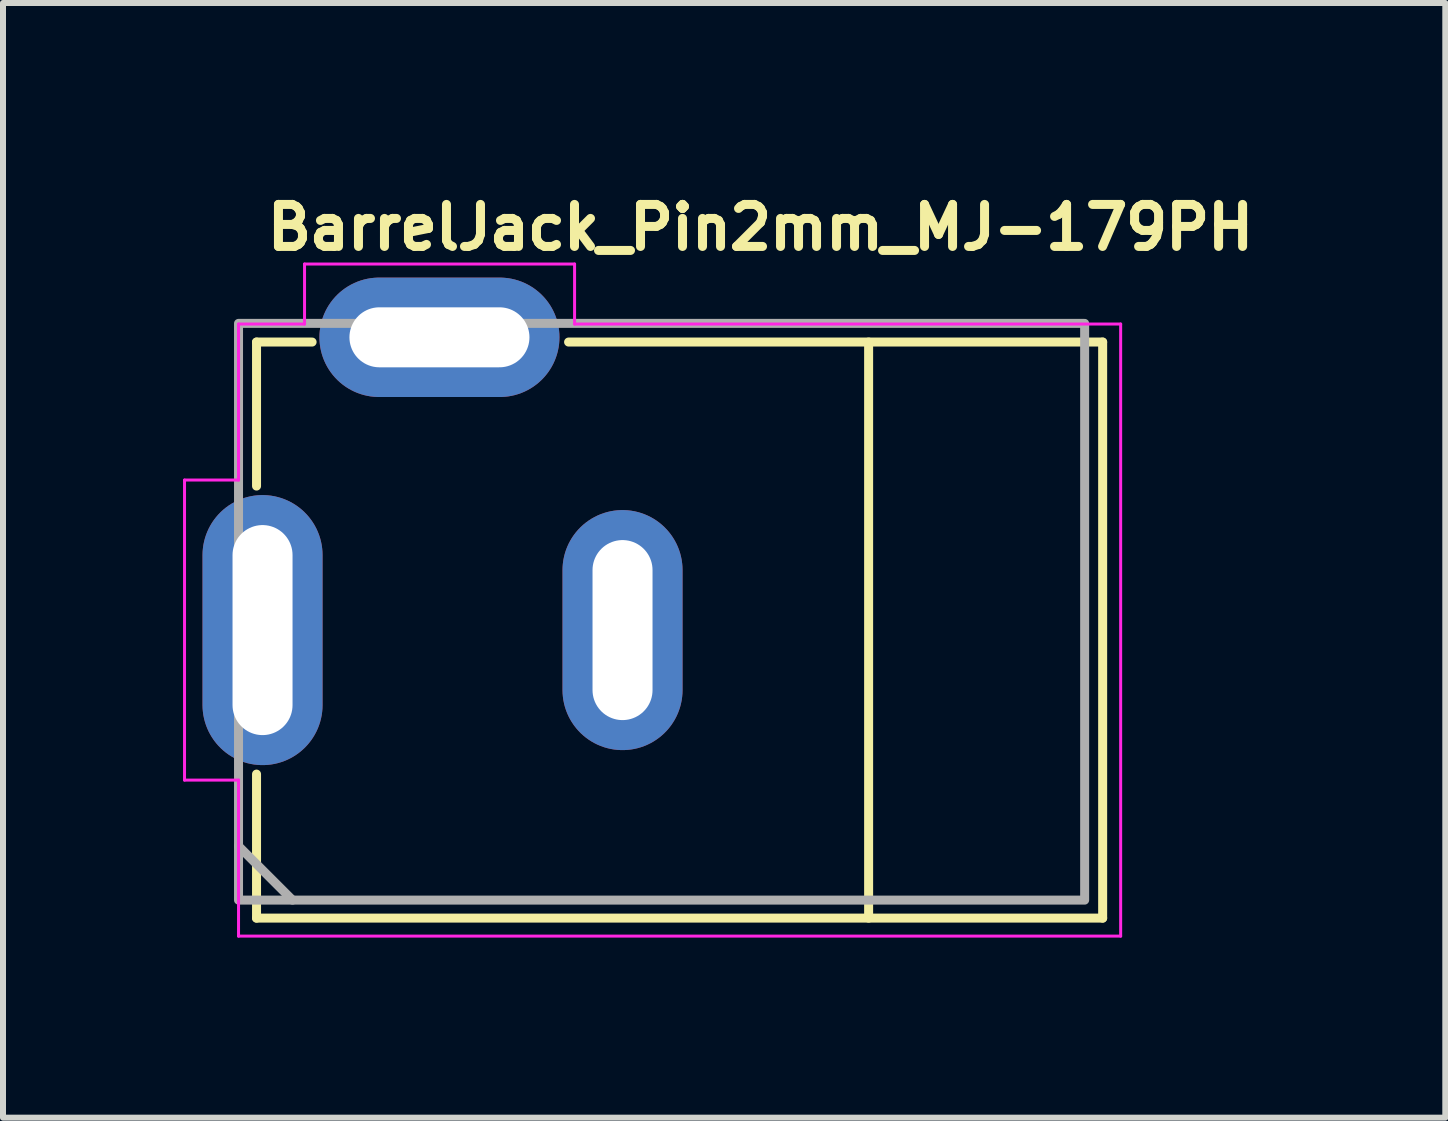
<source format=kicad_pcb>
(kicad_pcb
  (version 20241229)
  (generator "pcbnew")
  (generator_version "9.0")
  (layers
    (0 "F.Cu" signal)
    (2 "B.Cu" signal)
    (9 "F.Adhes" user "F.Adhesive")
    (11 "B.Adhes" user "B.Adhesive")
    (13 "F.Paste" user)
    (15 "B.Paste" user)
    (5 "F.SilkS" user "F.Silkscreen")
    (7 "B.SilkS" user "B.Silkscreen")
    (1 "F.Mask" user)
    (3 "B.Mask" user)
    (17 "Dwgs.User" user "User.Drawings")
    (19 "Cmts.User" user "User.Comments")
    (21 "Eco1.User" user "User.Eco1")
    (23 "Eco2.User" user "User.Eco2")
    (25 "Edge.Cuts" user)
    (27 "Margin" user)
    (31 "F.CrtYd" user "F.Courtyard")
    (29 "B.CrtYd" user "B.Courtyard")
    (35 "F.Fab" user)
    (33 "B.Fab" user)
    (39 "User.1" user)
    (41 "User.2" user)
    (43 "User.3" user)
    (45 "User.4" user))
  (footprint "BarrelJack_Pin2mm_MJ-179PH"
    (layer "F.Cu")
    (at 1.325 7.45)
    (property "Reference" "BarrelJack_Pin2mm_MJ-179PH" (at 0 -6.3 0) (layer "F.SilkS") (effects (font (size 0.7 0.7) (thickness 0.15)) (justify left bottom)))
    (attr through_hole)
    (fp_line (start -0.1 -4.8) (end 0.826 -4.8) (stroke (width 0.15) (type solid)) (layer "F.SilkS"))
    (fp_line (start -0.1 -2.4) (end -0.1 -4.8) (stroke (width 0.15) (type solid)) (layer "F.SilkS"))
    (fp_line (start -0.1 4.8) (end -0.1 2.4) (stroke (width 0.15) (type solid)) (layer "F.SilkS"))
    (fp_line (start 10.1 4.8) (end 10.1 -4.8) (stroke (width 0.15) (type solid)) (layer "F.SilkS"))
    (fp_line (start 14 -4.8) (end 5.1 -4.8) (stroke (width 0.15) (type solid)) (layer "F.SilkS"))
    (fp_line (start 14 4.8) (end -0.1 4.8) (stroke (width 0.15) (type solid)) (layer "F.SilkS"))
    (fp_line (start 14 4.8) (end 14 -4.8) (stroke (width 0.15) (type solid)) (layer "F.SilkS"))
    (fp_line (start -1.3 -2.5) (end -1.3 2.5) (stroke (width 0.05) (type solid)) (layer "F.CrtYd"))
    (fp_line (start -1.3 2.5) (end -0.4 2.5) (stroke (width 0.05) (type solid)) (layer "F.CrtYd"))
    (fp_line (start -0.4 -5.1) (end -0.4 -2.5) (stroke (width 0.05) (type solid)) (layer "F.CrtYd"))
    (fp_line (start -0.4 -2.5) (end -1.3 -2.5) (stroke (width 0.05) (type solid)) (layer "F.CrtYd"))
    (fp_line (start -0.4 2.5) (end -0.4 5.1) (stroke (width 0.05) (type solid)) (layer "F.CrtYd"))
    (fp_line (start -0.4 5.1) (end 14.3 5.1) (stroke (width 0.05) (type solid)) (layer "F.CrtYd"))
    (fp_line (start 0.7 -6.1) (end 0.7 -5.1) (stroke (width 0.05) (type solid)) (layer "F.CrtYd"))
    (fp_line (start 0.7 -5.1) (end -0.4 -5.1) (stroke (width 0.05) (type solid)) (layer "F.CrtYd"))
    (fp_line (start 5.2 -6.1) (end 0.7 -6.1) (stroke (width 0.05) (type solid)) (layer "F.CrtYd"))
    (fp_line (start 5.2 -5.1) (end 5.2 -6.1) (stroke (width 0.05) (type solid)) (layer "F.CrtYd"))
    (fp_line (start 14.3 -5.1) (end 5.2 -5.1) (stroke (width 0.05) (type solid)) (layer "F.CrtYd"))
    (fp_line (start 14.3 5.1) (end 14.3 -5.1) (stroke (width 0.05) (type solid)) (layer "F.CrtYd"))
    (fp_line (start -0.4 3.6) (end 0.5 4.5) (stroke (width 0.15) (type solid)) (layer "F.Fab"))
    (fp_rect (start -0.4 4.5) (end 13.7 -5.111) (stroke (width 0.15) (type solid)) (fill no) (layer "F.Fab"))
    (fp_rect (start -0.4 4.488) (end 13.7 -5.111) (stroke (width 0.1) (type solid)) (fill no) (layer "User.5"))
    (fp_line (start -0.4 -1.013) (end -0.4 -0.987) (stroke (width 0.02) (type solid)) (layer "User.9"))
    (fp_line (start -0.4 -0.987) (end -0.4 -0.961) (stroke (width 0.02) (type solid)) (layer "User.9"))
    (fp_line (start -0.4 -0.961) (end -0.4 -0.961) (stroke (width 0.02) (type solid)) (layer "User.9"))
    (fp_line (start -0.4 -0.961) (end -0.4 -0.889) (stroke (width 0.02) (type solid)) (layer "User.9"))
    (fp_line (start -0.4 -0.889) (end -0.4 -0.889) (stroke (width 0.02) (type solid)) (layer "User.9"))
    (fp_line (start -0.4 -0.889) (end -0.4 -0.774) (stroke (width 0.02) (type solid)) (layer "User.9"))
    (fp_line (start -0.4 -0.774) (end -0.4 -0.774) (stroke (width 0.02) (type solid)) (layer "User.9"))
    (fp_line (start -0.4 -0.774) (end -0.4 -0.619) (stroke (width 0.02) (type solid)) (layer "User.9"))
    (fp_line (start -0.4 -0.619) (end -0.4 -0.619) (stroke (width 0.02) (type solid)) (layer "User.9"))
    (fp_line (start -0.4 -0.619) (end -0.4 -0.435) (stroke (width 0.02) (type solid)) (layer "User.9"))
    (fp_line (start -0.4 -0.435) (end -0.4 -0.435) (stroke (width 0.02) (type solid)) (layer "User.9"))
    (fp_line (start -0.4 -0.435) (end -0.4 -0.228) (stroke (width 0.02) (type solid)) (layer "User.9"))
    (fp_line (start -0.4 -0.228) (end -0.4 -0.228) (stroke (width 0.02) (type solid)) (layer "User.9"))
    (fp_line (start -0.4 -0.228) (end -0.4 -0.011) (stroke (width 0.02) (type solid)) (layer "User.9"))
    (fp_line (start -0.4 -0.011) (end -0.4 -0.011) (stroke (width 0.02) (type solid)) (layer "User.9"))
    (fp_line (start -0.4 -0.011) (end -0.4 0.206) (stroke (width 0.02) (type solid)) (layer "User.9"))
    (fp_line (start -0.4 0.206) (end -0.4 0.206) (stroke (width 0.02) (type solid)) (layer "User.9"))
    (fp_line (start -0.4 0.206) (end -0.4 0.412) (stroke (width 0.02) (type solid)) (layer "User.9"))
    (fp_line (start -0.4 0.412) (end -0.4 0.412) (stroke (width 0.02) (type solid)) (layer "User.9"))
    (fp_line (start -0.4 0.412) (end -0.4 0.597) (stroke (width 0.02) (type solid)) (layer "User.9"))
    (fp_line (start -0.4 0.597) (end -0.4 0.597) (stroke (width 0.02) (type solid)) (layer "User.9"))
    (fp_line (start -0.4 0.597) (end -0.4 0.751) (stroke (width 0.02) (type solid)) (layer "User.9"))
    (fp_line (start -0.4 0.751) (end -0.4 0.751) (stroke (width 0.02) (type solid)) (layer "User.9"))
    (fp_line (start -0.4 0.751) (end -0.4 0.867) (stroke (width 0.02) (type solid)) (layer "User.9"))
    (fp_line (start -0.4 0.867) (end -0.4 0.867) (stroke (width 0.02) (type solid)) (layer "User.9"))
    (fp_line (start -0.4 0.867) (end -0.4 0.94) (stroke (width 0.02) (type solid)) (layer "User.9"))
    (fp_line (start -0.4 0.94) (end -0.4 0.94) (stroke (width 0.02) (type solid)) (layer "User.9"))
    (fp_line (start -0.4 0.94) (end -0.4 0.964) (stroke (width 0.02) (type solid)) (layer "User.9"))
    (fp_line (start -0.4 0.991) (end -0.4 0.964) (stroke (width 0.02) (type solid)) (layer "User.9"))
    (fp_line (start -0.397 -1.042) (end -0.4 -1.013) (stroke (width 0.02) (type solid)) (layer "User.9"))
    (fp_line (start -0.397 1.019) (end -0.4 0.991) (stroke (width 0.02) (type solid)) (layer "User.9"))
    (fp_line (start -0.394 -1.068) (end -0.397 -1.042) (stroke (width 0.02) (type solid)) (layer "User.9"))
    (fp_line (start -0.393 1.048) (end -0.397 1.019) (stroke (width 0.02) (type solid)) (layer "User.9"))
    (fp_line (start -0.389 -1.096) (end -0.394 -1.068) (stroke (width 0.02) (type solid)) (layer "User.9"))
    (fp_line (start -0.389 1.075) (end -0.393 1.048) (stroke (width 0.02) (type solid)) (layer "User.9"))
    (fp_line (start -0.382 -1.122) (end -0.389 -1.096) (stroke (width 0.02) (type solid)) (layer "User.9"))
    (fp_line (start -0.382 1.1) (end -0.389 1.075) (stroke (width 0.02) (type solid)) (layer "User.9"))
    (fp_line (start -0.374 -1.149) (end -0.382 -1.122) (stroke (width 0.02) (type solid)) (layer "User.9"))
    (fp_line (start -0.374 1.127) (end -0.382 1.1) (stroke (width 0.02) (type solid)) (layer "User.9"))
    (fp_line (start -0.364 -1.175) (end -0.374 -1.149) (stroke (width 0.02) (type solid)) (layer "User.9"))
    (fp_line (start -0.364 1.153) (end -0.374 1.127) (stroke (width 0.02) (type solid)) (layer "User.9"))
    (fp_line (start -0.353 -1.201) (end -0.364 -1.175) (stroke (width 0.02) (type solid)) (layer "User.9"))
    (fp_line (start -0.353 1.178) (end -0.364 1.153) (stroke (width 0.02) (type solid)) (layer "User.9"))
    (fp_line (start -0.341 -1.225) (end -0.353 -1.201) (stroke (width 0.02) (type solid)) (layer "User.9"))
    (fp_line (start -0.341 1.202) (end -0.353 1.178) (stroke (width 0.02) (type solid)) (layer "User.9"))
    (fp_line (start -0.327 -1.249) (end -0.341 -1.225) (stroke (width 0.02) (type solid)) (layer "User.9"))
    (fp_line (start -0.327 1.226) (end -0.341 1.202) (stroke (width 0.02) (type solid)) (layer "User.9"))
    (fp_line (start -0.311 -1.272) (end -0.327 -1.249) (stroke (width 0.02) (type solid)) (layer "User.9"))
    (fp_line (start -0.311 1.25) (end -0.327 1.226) (stroke (width 0.02) (type solid)) (layer "User.9"))
    (fp_line (start -0.295 1.272) (end -0.311 1.25) (stroke (width 0.02) (type solid)) (layer "User.9"))
    (fp_line (start -0.294 -1.294) (end -0.311 -1.272) (stroke (width 0.02) (type solid)) (layer "User.9"))
    (fp_line (start -0.278 -1.316) (end -0.294 -1.294) (stroke (width 0.02) (type solid)) (layer "User.9"))
    (fp_line (start -0.278 1.293) (end -0.295 1.272) (stroke (width 0.02) (type solid)) (layer "User.9"))
    (fp_line (start -0.258 -1.336) (end -0.278 -1.316) (stroke (width 0.02) (type solid)) (layer "User.9"))
    (fp_line (start -0.258 1.313) (end -0.278 1.293) (stroke (width 0.02) (type solid)) (layer "User.9"))
    (fp_line (start -0.238 -1.356) (end -0.258 -1.336) (stroke (width 0.02) (type solid)) (layer "User.9"))
    (fp_line (start -0.238 1.333) (end -0.258 1.313) (stroke (width 0.02) (type solid)) (layer "User.9"))
    (fp_line (start -0.221 1.339) (end -0.221 1.339) (stroke (width 0.02) (type solid)) (layer "User.9"))
    (fp_line (start -0.221 1.339) (end -0.221 1.341) (stroke (width 0.02) (type solid)) (layer "User.9"))
    (fp_line (start -0.221 1.341) (end -0.221 1.341) (stroke (width 0.02) (type solid)) (layer "User.9"))
    (fp_line (start -0.221 1.341) (end -0.221 1.341) (stroke (width 0.02) (type solid)) (layer "User.9"))
    (fp_line (start -0.221 1.341) (end -0.221 1.341) (stroke (width 0.02) (type solid)) (layer "User.9"))
    (fp_line (start -0.221 1.341) (end -0.221 1.343) (stroke (width 0.02) (type solid)) (layer "User.9"))
    (fp_line (start -0.221 1.343) (end -0.221 1.343) (stroke (width 0.02) (type solid)) (layer "User.9"))
    (fp_line (start -0.221 1.343) (end -0.221 1.343) (stroke (width 0.02) (type solid)) (layer "User.9"))
    (fp_line (start -0.221 1.343) (end -0.221 1.343) (stroke (width 0.02) (type solid)) (layer "User.9"))
    (fp_line (start -0.221 1.343) (end -0.221 1.343) (stroke (width 0.02) (type solid)) (layer "User.9"))
    (fp_line (start -0.221 1.343) (end -0.221 1.345) (stroke (width 0.02) (type solid)) (layer "User.9"))
    (fp_line (start -0.221 1.345) (end -0.221 1.345) (stroke (width 0.02) (type solid)) (layer "User.9"))
    (fp_line (start -0.221 1.345) (end -0.221 1.345) (stroke (width 0.02) (type solid)) (layer "User.9"))
    (fp_line (start -0.221 1.345) (end -0.221 1.345) (stroke (width 0.02) (type solid)) (layer "User.9"))
    (fp_line (start -0.221 1.345) (end -0.221 1.347) (stroke (width 0.02) (type solid)) (layer "User.9"))
    (fp_line (start -0.221 1.347) (end -0.221 1.347) (stroke (width 0.02) (type solid)) (layer "User.9"))
    (fp_line (start -0.221 1.347) (end -0.221 1.347) (stroke (width 0.02) (type solid)) (layer "User.9"))
    (fp_line (start -0.221 1.347) (end -0.22 1.347) (stroke (width 0.02) (type solid)) (layer "User.9"))
    (fp_line (start -0.22 1.337) (end -0.22 1.339) (stroke (width 0.02) (type solid)) (layer "User.9"))
    (fp_line (start -0.22 1.339) (end -0.221 1.339) (stroke (width 0.02) (type solid)) (layer "User.9"))
    (fp_line (start -0.22 1.339) (end -0.22 1.339) (stroke (width 0.02) (type solid)) (layer "User.9"))
    (fp_line (start -0.22 1.339) (end -0.22 1.339) (stroke (width 0.02) (type solid)) (layer "User.9"))
    (fp_line (start -0.22 1.347) (end -0.22 1.347) (stroke (width 0.02) (type solid)) (layer "User.9"))
    (fp_line (start -0.22 1.347) (end -0.22 1.349) (stroke (width 0.02) (type solid)) (layer "User.9"))
    (fp_line (start -0.22 1.349) (end -0.22 1.349) (stroke (width 0.02) (type solid)) (layer "User.9"))
    (fp_line (start -0.22 1.349) (end -0.219 1.349) (stroke (width 0.02) (type solid)) (layer "User.9"))
    (fp_line (start -0.219 1.337) (end -0.22 1.337) (stroke (width 0.02) (type solid)) (layer "User.9"))
    (fp_line (start -0.219 1.337) (end -0.219 1.337) (stroke (width 0.02) (type solid)) (layer "User.9"))
    (fp_line (start -0.219 1.337) (end -0.219 1.337) (stroke (width 0.02) (type solid)) (layer "User.9"))
    (fp_line (start -0.219 1.349) (end -0.219 1.349) (stroke (width 0.02) (type solid)) (layer "User.9"))
    (fp_line (start -0.219 1.349) (end -0.219 1.349) (stroke (width 0.02) (type solid)) (layer "User.9"))
    (fp_line (start -0.219 1.349) (end -0.218 1.351) (stroke (width 0.02) (type solid)) (layer "User.9"))
    (fp_line (start -0.218 -1.374) (end -0.238 -1.356) (stroke (width 0.02) (type solid)) (layer "User.9"))
    (fp_line (start -0.218 -1.374) (end -0.217 -1.374) (stroke (width 0.02) (type solid)) (layer "User.9"))
    (fp_line (start -0.218 1.335) (end -0.218 1.335) (stroke (width 0.02) (type solid)) (layer "User.9"))
    (fp_line (start -0.218 1.335) (end -0.218 1.337) (stroke (width 0.02) (type solid)) (layer "User.9"))
    (fp_line (start -0.218 1.337) (end -0.219 1.337) (stroke (width 0.02) (type solid)) (layer "User.9"))
    (fp_line (start -0.218 1.351) (end -0.238 1.333) (stroke (width 0.02) (type solid)) (layer "User.9"))
    (fp_line (start -0.218 1.351) (end -0.218 1.351) (stroke (width 0.02) (type solid)) (layer "User.9"))
    (fp_line (start -0.218 1.351) (end -0.218 1.351) (stroke (width 0.02) (type solid)) (layer "User.9"))
    (fp_line (start -0.218 1.351) (end -0.217 1.351) (stroke (width 0.02) (type solid)) (layer "User.9"))
    (fp_line (start -0.217 -1.374) (end -0.216 -1.374) (stroke (width 0.02) (type solid)) (layer "User.9"))
    (fp_line (start -0.217 1.335) (end -0.218 1.335) (stroke (width 0.02) (type solid)) (layer "User.9"))
    (fp_line (start -0.217 1.335) (end -0.217 1.335) (stroke (width 0.02) (type solid)) (layer "User.9"))
    (fp_line (start -0.217 1.335) (end -0.217 1.335) (stroke (width 0.02) (type solid)) (layer "User.9"))
    (fp_line (start -0.217 1.351) (end -0.217 1.351) (stroke (width 0.02) (type solid)) (layer "User.9"))
    (fp_line (start -0.217 1.351) (end -0.217 1.351) (stroke (width 0.02) (type solid)) (layer "User.9"))
    (fp_line (start -0.217 1.351) (end -0.216 1.353) (stroke (width 0.02) (type solid)) (layer "User.9"))
    (fp_line (start -0.216 -1.374) (end -0.215 -1.374) (stroke (width 0.02) (type solid)) (layer "User.9"))
    (fp_line (start -0.216 1.335) (end -0.217 1.335) (stroke (width 0.02) (type solid)) (layer "User.9"))
    (fp_line (start -0.216 1.335) (end -0.216 1.335) (stroke (width 0.02) (type solid)) (layer "User.9"))
    (fp_line (start -0.216 1.353) (end -0.216 1.353) (stroke (width 0.02) (type solid)) (layer "User.9"))
    (fp_line (start -0.216 1.353) (end -0.215 1.353) (stroke (width 0.02) (type solid)) (layer "User.9"))
    (fp_line (start -0.215 -1.374) (end -0.215 -1.374) (stroke (width 0.02) (type solid)) (layer "User.9"))
    (fp_line (start -0.215 -1.374) (end -0.214 -1.374) (stroke (width 0.02) (type solid)) (layer "User.9"))
    (fp_line (start -0.215 1.333) (end -0.216 1.335) (stroke (width 0.02) (type solid)) (layer "User.9"))
    (fp_line (start -0.215 1.333) (end -0.215 1.333) (stroke (width 0.02) (type solid)) (layer "User.9"))
    (fp_line (start -0.215 1.353) (end -0.215 1.353) (stroke (width 0.02) (type solid)) (layer "User.9"))
    (fp_line (start -0.215 1.353) (end -0.214 1.353) (stroke (width 0.02) (type solid)) (layer "User.9"))
    (fp_line (start -0.214 -1.374) (end -0.213 -1.376) (stroke (width 0.02) (type solid)) (layer "User.9"))
    (fp_line (start -0.214 1.333) (end -0.215 1.333) (stroke (width 0.02) (type solid)) (layer "User.9"))
    (fp_line (start -0.214 1.333) (end -0.214 1.333) (stroke (width 0.02) (type solid)) (layer "User.9"))
    (fp_line (start -0.214 1.353) (end -0.214 1.353) (stroke (width 0.02) (type solid)) (layer "User.9"))
    (fp_line (start -0.214 1.353) (end -0.213 1.353) (stroke (width 0.02) (type solid)) (layer "User.9"))
    (fp_line (start -0.213 -1.376) (end -0.213 -1.376) (stroke (width 0.02) (type solid)) (layer "User.9"))
    (fp_line (start -0.213 -1.376) (end -0.212 -1.376) (stroke (width 0.02) (type solid)) (layer "User.9"))
    (fp_line (start -0.213 1.333) (end -0.214 1.333) (stroke (width 0.02) (type solid)) (layer "User.9"))
    (fp_line (start -0.213 1.333) (end -0.213 1.333) (stroke (width 0.02) (type solid)) (layer "User.9"))
    (fp_line (start -0.213 1.353) (end -0.213 1.353) (stroke (width 0.02) (type solid)) (layer "User.9"))
    (fp_line (start -0.213 1.353) (end -0.212 1.353) (stroke (width 0.02) (type solid)) (layer "User.9"))
    (fp_line (start -0.212 -1.376) (end -0.211 -1.376) (stroke (width 0.02) (type solid)) (layer "User.9"))
    (fp_line (start -0.212 1.333) (end -0.213 1.333) (stroke (width 0.02) (type solid)) (layer "User.9"))
    (fp_line (start -0.212 1.333) (end -0.212 1.333) (stroke (width 0.02) (type solid)) (layer "User.9"))
    (fp_line (start -0.212 1.353) (end -0.212 1.353) (stroke (width 0.02) (type solid)) (layer "User.9"))
    (fp_line (start -0.212 1.353) (end -0.211 1.353) (stroke (width 0.02) (type solid)) (layer "User.9"))
    (fp_line (start -0.211 -1.376) (end -0.211 -1.376) (stroke (width 0.02) (type solid)) (layer "User.9"))
    (fp_line (start -0.211 -1.376) (end -0.21 -1.376) (stroke (width 0.02) (type solid)) (layer "User.9"))
    (fp_line (start -0.211 1.333) (end -0.212 1.333) (stroke (width 0.02) (type solid)) (layer "User.9"))
    (fp_line (start -0.211 1.333) (end -0.211 1.333) (stroke (width 0.02) (type solid)) (layer "User.9"))
    (fp_line (start -0.211 1.333) (end -0.211 1.333) (stroke (width 0.02) (type solid)) (layer "User.9"))
    (fp_line (start -0.211 1.333) (end -0.211 1.333) (stroke (width 0.02) (type solid)) (layer "User.9"))
    (fp_line (start -0.211 1.353) (end -0.211 1.353) (stroke (width 0.02) (type solid)) (layer "User.9"))
    (fp_line (start -0.211 1.353) (end -0.211 1.353) (stroke (width 0.02) (type solid)) (layer "User.9"))
    (fp_line (start -0.211 1.353) (end -0.21 1.353) (stroke (width 0.02) (type solid)) (layer "User.9"))
    (fp_line (start -0.21 -1.376) (end -0.209 -1.376) (stroke (width 0.02) (type solid)) (layer "User.9"))
    (fp_line (start -0.21 1.333) (end -0.211 1.333) (stroke (width 0.02) (type solid)) (layer "User.9"))
    (fp_line (start -0.21 1.333) (end -0.21 1.333) (stroke (width 0.02) (type solid)) (layer "User.9"))
    (fp_line (start -0.21 1.353) (end -0.21 1.353) (stroke (width 0.02) (type solid)) (layer "User.9"))
    (fp_line (start -0.21 1.353) (end -0.209 1.353) (stroke (width 0.02) (type solid)) (layer "User.9"))
    (fp_line (start -0.209 -1.376) (end -0.209 -1.376) (stroke (width 0.02) (type solid)) (layer "User.9"))
    (fp_line (start -0.209 -1.376) (end -0.208 -1.376) (stroke (width 0.02) (type solid)) (layer "User.9"))
    (fp_line (start -0.209 1.333) (end -0.21 1.333) (stroke (width 0.02) (type solid)) (layer "User.9"))
    (fp_line (start -0.209 1.333) (end -0.209 1.333) (stroke (width 0.02) (type solid)) (layer "User.9"))
    (fp_line (start -0.209 1.353) (end -0.209 1.353) (stroke (width 0.02) (type solid)) (layer "User.9"))
    (fp_line (start -0.209 1.353) (end -0.208 1.353) (stroke (width 0.02) (type solid)) (layer "User.9"))
    (fp_line (start -0.208 -1.376) (end -0.208 -1.374) (stroke (width 0.02) (type solid)) (layer "User.9"))
    (fp_line (start -0.208 -1.374) (end -0.207 -1.374) (stroke (width 0.02) (type solid)) (layer "User.9"))
    (fp_line (start -0.208 1.333) (end -0.209 1.333) (stroke (width 0.02) (type solid)) (layer "User.9"))
    (fp_line (start -0.208 1.333) (end -0.208 1.333) (stroke (width 0.02) (type solid)) (layer "User.9"))
    (fp_line (start -0.208 1.333) (end -0.208 1.333) (stroke (width 0.02) (type solid)) (layer "User.9"))
    (fp_line (start -0.208 1.353) (end -0.208 1.353) (stroke (width 0.02) (type solid)) (layer "User.9"))
    (fp_line (start -0.208 1.353) (end -0.208 1.353) (stroke (width 0.02) (type solid)) (layer "User.9"))
    (fp_line (start -0.208 1.353) (end -0.207 1.353) (stroke (width 0.02) (type solid)) (layer "User.9"))
    (fp_line (start -0.207 -1.374) (end -0.207 -1.374) (stroke (width 0.02) (type solid)) (layer "User.9"))
    (fp_line (start -0.207 -1.374) (end -0.206 -1.374) (stroke (width 0.02) (type solid)) (layer "User.9"))
    (fp_line (start -0.207 1.335) (end -0.208 1.333) (stroke (width 0.02) (type solid)) (layer "User.9"))
    (fp_line (start -0.207 1.335) (end -0.207 1.335) (stroke (width 0.02) (type solid)) (layer "User.9"))
    (fp_line (start -0.207 1.353) (end -0.207 1.353) (stroke (width 0.02) (type solid)) (layer "User.9"))
    (fp_line (start -0.207 1.353) (end -0.206 1.351) (stroke (width 0.02) (type solid)) (layer "User.9"))
    (fp_line (start -0.206 -1.374) (end -0.206 -1.374) (stroke (width 0.02) (type solid)) (layer "User.9"))
    (fp_line (start -0.206 -1.374) (end -0.205 -1.374) (stroke (width 0.02) (type solid)) (layer "User.9"))
    (fp_line (start -0.206 1.335) (end -0.207 1.335) (stroke (width 0.02) (type solid)) (layer "User.9"))
    (fp_line (start -0.206 1.335) (end -0.206 1.335) (stroke (width 0.02) (type solid)) (layer "User.9"))
    (fp_line (start -0.206 1.351) (end -0.206 1.351) (stroke (width 0.02) (type solid)) (layer "User.9"))
    (fp_line (start -0.206 1.351) (end -0.205 1.351) (stroke (width 0.02) (type solid)) (layer "User.9"))
    (fp_line (start -0.205 -1.374) (end -0.205 -1.374) (stroke (width 0.02) (type solid)) (layer "User.9"))
    (fp_line (start -0.205 -1.374) (end -0.205 -1.372) (stroke (width 0.02) (type solid)) (layer "User.9"))
    (fp_line (start -0.205 -1.372) (end -0.204 -1.372) (stroke (width 0.02) (type solid)) (layer "User.9"))
    (fp_line (start -0.205 1.335) (end -0.206 1.335) (stroke (width 0.02) (type solid)) (layer "User.9"))
    (fp_line (start -0.205 1.335) (end -0.205 1.335) (stroke (width 0.02) (type solid)) (layer "User.9"))
    (fp_line (start -0.205 1.335) (end -0.205 1.335) (stroke (width 0.02) (type solid)) (layer "User.9"))
    (fp_line (start -0.205 1.351) (end -0.205 1.351) (stroke (width 0.02) (type solid)) (layer "User.9"))
    (fp_line (start -0.205 1.351) (end -0.205 1.351) (stroke (width 0.02) (type solid)) (layer "User.9"))
    (fp_line (start -0.205 1.351) (end -0.204 1.351) (stroke (width 0.02) (type solid)) (layer "User.9"))
    (fp_line (start -0.204 -1.372) (end -0.204 -1.372) (stroke (width 0.02) (type solid)) (layer "User.9"))
    (fp_line (start -0.204 -1.372) (end -0.203 -1.37) (stroke (width 0.02) (type solid)) (layer "User.9"))
    (fp_line (start -0.204 1.337) (end -0.205 1.335) (stroke (width 0.02) (type solid)) (layer "User.9"))
    (fp_line (start -0.204 1.337) (end -0.204 1.337) (stroke (width 0.02) (type solid)) (layer "User.9"))
    (fp_line (start -0.204 1.337) (end -0.204 1.337) (stroke (width 0.02) (type solid)) (layer "User.9"))
    (fp_line (start -0.204 1.349) (end -0.204 1.349) (stroke (width 0.02) (type solid)) (layer "User.9"))
    (fp_line (start -0.204 1.349) (end -0.203 1.349) (stroke (width 0.02) (type solid)) (layer "User.9"))
    (fp_line (start -0.204 1.351) (end -0.204 1.349) (stroke (width 0.02) (type solid)) (layer "User.9"))
    (fp_line (start -0.203 -1.37) (end -0.203 -1.37) (stroke (width 0.02) (type solid)) (layer "User.9"))
    (fp_line (start -0.203 -1.37) (end -0.203 -1.37) (stroke (width 0.02) (type solid)) (layer "User.9"))
    (fp_line (start -0.203 -1.37) (end -0.202 -1.368) (stroke (width 0.02) (type solid)) (layer "User.9"))
    (fp_line (start -0.203 1.337) (end -0.204 1.337) (stroke (width 0.02) (type solid)) (layer "User.9"))
    (fp_line (start -0.203 1.337) (end -0.203 1.337) (stroke (width 0.02) (type solid)) (layer "User.9"))
    (fp_line (start -0.203 1.339) (end -0.203 1.337) (stroke (width 0.02) (type solid)) (layer "User.9"))
    (fp_line (start -0.203 1.339) (end -0.203 1.339) (stroke (width 0.02) (type solid)) (layer "User.9"))
    (fp_line (start -0.203 1.347) (end -0.202 1.347) (stroke (width 0.02) (type solid)) (layer "User.9"))
    (fp_line (start -0.203 1.349) (end -0.203 1.347) (stroke (width 0.02) (type solid)) (layer "User.9"))
    (fp_line (start -0.203 1.349) (end -0.203 1.349) (stroke (width 0.02) (type solid)) (layer "User.9"))
    (fp_line (start -0.203 1.349) (end -0.203 1.349) (stroke (width 0.02) (type solid)) (layer "User.9"))
    (fp_line (start -0.202 -1.368) (end -0.202 -1.368) (stroke (width 0.02) (type solid)) (layer "User.9"))
    (fp_line (start -0.202 -1.368) (end -0.202 -1.368) (stroke (width 0.02) (type solid)) (layer "User.9"))
    (fp_line (start -0.202 -1.368) (end -0.202 -1.366) (stroke (width 0.02) (type solid)) (layer "User.9"))
    (fp_line (start -0.202 -1.366) (end -0.201 -1.366) (stroke (width 0.02) (type solid)) (layer "User.9"))
    (fp_line (start -0.202 1.339) (end -0.203 1.339) (stroke (width 0.02) (type solid)) (layer "User.9"))
    (fp_line (start -0.202 1.339) (end -0.202 1.339) (stroke (width 0.02) (type solid)) (layer "User.9"))
    (fp_line (start -0.202 1.339) (end -0.202 1.339) (stroke (width 0.02) (type solid)) (layer "User.9"))
    (fp_line (start -0.202 1.341) (end -0.202 1.339) (stroke (width 0.02) (type solid)) (layer "User.9"))
    (fp_line (start -0.202 1.341) (end -0.202 1.341) (stroke (width 0.02) (type solid)) (layer "User.9"))
    (fp_line (start -0.202 1.341) (end -0.202 1.341) (stroke (width 0.02) (type solid)) (layer "User.9"))
    (fp_line (start -0.202 1.341) (end -0.202 1.341) (stroke (width 0.02) (type solid)) (layer "User.9"))
    (fp_line (start -0.202 1.345) (end -0.202 1.345) (stroke (width 0.02) (type solid)) (layer "User.9"))
    (fp_line (start -0.202 1.345) (end -0.202 1.345) (stroke (width 0.02) (type solid)) (layer "User.9"))
    (fp_line (start -0.202 1.345) (end -0.201 1.345) (stroke (width 0.02) (type solid)) (layer "User.9"))
    (fp_line (start -0.202 1.347) (end -0.202 1.345) (stroke (width 0.02) (type solid)) (layer "User.9"))
    (fp_line (start -0.202 1.347) (end -0.202 1.347) (stroke (width 0.02) (type solid)) (layer "User.9"))
    (fp_line (start -0.202 1.347) (end -0.202 1.347) (stroke (width 0.02) (type solid)) (layer "User.9"))
    (fp_line (start -0.202 1.347) (end -0.202 1.347) (stroke (width 0.02) (type solid)) (layer "User.9"))
    (fp_line (start -0.201 -1.784) (end -0.201 -1.779) (stroke (width 0.02) (type solid)) (layer "User.9"))
    (fp_line (start -0.201 -1.779) (end -0.201 -1.773) (stroke (width 0.02) (type solid)) (layer "User.9"))
    (fp_line (start -0.201 -1.773) (end -0.201 -1.773) (stroke (width 0.02) (type solid)) (layer "User.9"))
    (fp_line (start -0.201 -1.773) (end -0.201 -1.693) (stroke (width 0.02) (type solid)) (layer "User.9"))
    (fp_line (start -0.201 -1.729) (end -0.201 -1.773) (stroke (width 0.02) (type solid)) (layer "User.9"))
    (fp_line (start -0.201 -1.729) (end -0.201 -1.729) (stroke (width 0.02) (type solid)) (layer "User.9"))
    (fp_line (start -0.201 -1.693) (end -0.201 -1.693) (stroke (width 0.02) (type solid)) (layer "User.9"))
    (fp_line (start -0.201 -1.693) (end -0.201 -1.449) (stroke (width 0.02) (type solid)) (layer "User.9"))
    (fp_line (start -0.201 -1.683) (end -0.201 -1.773) (stroke (width 0.02) (type solid)) (layer "User.9"))
    (fp_line (start -0.201 -1.683) (end -0.201 -1.683) (stroke (width 0.02) (type solid)) (layer "User.9"))
    (fp_line (start -0.201 -1.598) (end -0.201 -1.729) (stroke (width 0.02) (type solid)) (layer "User.9"))
    (fp_line (start -0.201 -1.598) (end -0.201 -1.598) (stroke (width 0.02) (type solid)) (layer "User.9"))
    (fp_line (start -0.201 -1.433) (end -0.201 -1.683) (stroke (width 0.02) (type solid)) (layer "User.9"))
    (fp_line (start -0.201 -1.433) (end -0.201 -1.433) (stroke (width 0.02) (type solid)) (layer "User.9"))
    (fp_line (start -0.201 -1.39) (end -0.201 -1.598) (stroke (width 0.02) (type solid)) (layer "User.9"))
    (fp_line (start -0.201 -1.39) (end -0.201 -1.39) (stroke (width 0.02) (type solid)) (layer "User.9"))
    (fp_line (start -0.201 -1.366) (end -0.201 -1.332) (stroke (width 0.02) (type solid)) (layer "User.9"))
    (fp_line (start -0.201 -1.332) (end -0.201 -1.366) (stroke (width 0.02) (type solid)) (layer "User.9"))
    (fp_line (start -0.201 -1.332) (end -0.201 -1.332) (stroke (width 0.02) (type solid)) (layer "User.9"))
    (fp_line (start -0.201 -1.332) (end -0.201 -1.332) (stroke (width 0.02) (type solid)) (layer "User.9"))
    (fp_line (start -0.201 -1.332) (end -0.201 -1.231) (stroke (width 0.02) (type solid)) (layer "User.9"))
    (fp_line (start -0.201 -1.231) (end -0.201 -1.332) (stroke (width 0.02) (type solid)) (layer "User.9"))
    (fp_line (start -0.201 -1.231) (end -0.201 -1.231) (stroke (width 0.02) (type solid)) (layer "User.9"))
    (fp_line (start -0.201 -1.231) (end -0.201 -1.231) (stroke (width 0.02) (type solid)) (layer "User.9"))
    (fp_line (start -0.201 -1.231) (end -0.201 -1.07) (stroke (width 0.02) (type solid)) (layer "User.9"))
    (fp_line (start -0.201 -1.11) (end -0.201 -1.39) (stroke (width 0.02) (type solid)) (layer "User.9"))
    (fp_line (start -0.201 -1.11) (end -0.201 -1.11) (stroke (width 0.02) (type solid)) (layer "User.9"))
    (fp_line (start -0.201 -1.07) (end -0.201 -1.231) (stroke (width 0.02) (type solid)) (layer "User.9"))
    (fp_line (start -0.201 -1.07) (end -0.201 -1.07) (stroke (width 0.02) (type solid)) (layer "User.9"))
    (fp_line (start -0.201 -1.07) (end -0.201 -1.07) (stroke (width 0.02) (type solid)) (layer "User.9"))
    (fp_line (start -0.201 -1.07) (end -0.201 -0.855) (stroke (width 0.02) (type solid)) (layer "User.9"))
    (fp_line (start -0.201 -1.042) (end -0.201 -1.433) (stroke (width 0.02) (type solid)) (layer "User.9"))
    (fp_line (start -0.201 -1.042) (end -0.201 -1.042) (stroke (width 0.02) (type solid)) (layer "User.9"))
    (fp_line (start -0.201 -0.855) (end -0.201 -1.07) (stroke (width 0.02) (type solid)) (layer "User.9"))
    (fp_line (start -0.201 -0.855) (end -0.201 -0.855) (stroke (width 0.02) (type solid)) (layer "User.9"))
    (fp_line (start -0.201 -0.855) (end -0.201 -0.855) (stroke (width 0.02) (type solid)) (layer "User.9"))
    (fp_line (start -0.201 -0.855) (end -0.201 -0.598) (stroke (width 0.02) (type solid)) (layer "User.9"))
    (fp_line (start -0.201 -0.776) (end -0.201 -1.11) (stroke (width 0.02) (type solid)) (layer "User.9"))
    (fp_line (start -0.201 -0.776) (end -0.201 -0.776) (stroke (width 0.02) (type solid)) (layer "User.9"))
    (fp_line (start -0.201 -0.598) (end -0.201 -0.855) (stroke (width 0.02) (type solid)) (layer "User.9"))
    (fp_line (start -0.201 -0.598) (end -0.201 -0.598) (stroke (width 0.02) (type solid)) (layer "User.9"))
    (fp_line (start -0.201 -0.598) (end -0.201 -0.598) (stroke (width 0.02) (type solid)) (layer "User.9"))
    (fp_line (start -0.201 -0.598) (end -0.201 -0.313) (stroke (width 0.02) (type solid)) (layer "User.9"))
    (fp_line (start -0.201 -0.554) (end -0.201 -1.042) (stroke (width 0.02) (type solid)) (layer "User.9"))
    (fp_line (start -0.201 -0.554) (end -0.201 -0.554) (stroke (width 0.02) (type solid)) (layer "User.9"))
    (fp_line (start -0.201 -0.404) (end -0.201 -0.776) (stroke (width 0.02) (type solid)) (layer "User.9"))
    (fp_line (start -0.201 -0.404) (end -0.201 -0.404) (stroke (width 0.02) (type solid)) (layer "User.9"))
    (fp_line (start -0.201 -0.313) (end -0.201 -0.598) (stroke (width 0.02) (type solid)) (layer "User.9"))
    (fp_line (start -0.201 -0.313) (end -0.201 -0.313) (stroke (width 0.02) (type solid)) (layer "User.9"))
    (fp_line (start -0.201 -0.313) (end -0.201 -0.313) (stroke (width 0.02) (type solid)) (layer "User.9"))
    (fp_line (start -0.201 -0.313) (end -0.201 -0.011) (stroke (width 0.02) (type solid)) (layer "User.9"))
    (fp_line (start -0.201 -0.011) (end -0.201 -0.554) (stroke (width 0.02) (type solid)) (layer "User.9"))
    (fp_line (start -0.201 -0.011) (end -0.201 -0.404) (stroke (width 0.02) (type solid)) (layer "User.9"))
    (fp_line (start -0.201 -0.011) (end -0.201 -0.313) (stroke (width 0.02) (type solid)) (layer "User.9"))
    (fp_line (start -0.201 -0.011) (end -0.201 -0.011) (stroke (width 0.02) (type solid)) (layer "User.9"))
    (fp_line (start -0.201 -0.011) (end -0.201 -0.011) (stroke (width 0.02) (type solid)) (layer "User.9"))
    (fp_line (start -0.201 -0.011) (end -0.201 -0.011) (stroke (width 0.02) (type solid)) (layer "User.9"))
    (fp_line (start -0.201 -0.011) (end -0.201 -0.011) (stroke (width 0.02) (type solid)) (layer "User.9"))
    (fp_line (start -0.201 -0.011) (end -0.201 0.29) (stroke (width 0.02) (type solid)) (layer "User.9"))
    (fp_line (start -0.201 0.29) (end -0.201 -0.011) (stroke (width 0.02) (type solid)) (layer "User.9"))
    (fp_line (start -0.201 0.29) (end -0.201 0.29) (stroke (width 0.02) (type solid)) (layer "User.9"))
    (fp_line (start -0.201 0.29) (end -0.201 0.29) (stroke (width 0.02) (type solid)) (layer "User.9"))
    (fp_line (start -0.201 0.29) (end -0.201 0.576) (stroke (width 0.02) (type solid)) (layer "User.9"))
    (fp_line (start -0.201 0.38) (end -0.201 -0.011) (stroke (width 0.02) (type solid)) (layer "User.9"))
    (fp_line (start -0.201 0.38) (end -0.201 0.38) (stroke (width 0.02) (type solid)) (layer "User.9"))
    (fp_line (start -0.201 0.531) (end -0.201 -0.011) (stroke (width 0.02) (type solid)) (layer "User.9"))
    (fp_line (start -0.201 0.531) (end -0.201 0.531) (stroke (width 0.02) (type solid)) (layer "User.9"))
    (fp_line (start -0.201 0.576) (end -0.201 0.29) (stroke (width 0.02) (type solid)) (layer "User.9"))
    (fp_line (start -0.201 0.576) (end -0.201 0.576) (stroke (width 0.02) (type solid)) (layer "User.9"))
    (fp_line (start -0.201 0.576) (end -0.201 0.576) (stroke (width 0.02) (type solid)) (layer "User.9"))
    (fp_line (start -0.201 0.576) (end -0.201 0.834) (stroke (width 0.02) (type solid)) (layer "User.9"))
    (fp_line (start -0.201 0.753) (end -0.201 0.38) (stroke (width 0.02) (type solid)) (layer "User.9"))
    (fp_line (start -0.201 0.753) (end -0.201 0.753) (stroke (width 0.02) (type solid)) (layer "User.9"))
    (fp_line (start -0.201 0.834) (end -0.201 0.576) (stroke (width 0.02) (type solid)) (layer "User.9"))
    (fp_line (start -0.201 0.834) (end -0.201 0.834) (stroke (width 0.02) (type solid)) (layer "User.9"))
    (fp_line (start -0.201 0.834) (end -0.201 0.834) (stroke (width 0.02) (type solid)) (layer "User.9"))
    (fp_line (start -0.201 0.834) (end -0.201 1.048) (stroke (width 0.02) (type solid)) (layer "User.9"))
    (fp_line (start -0.201 1.02) (end -0.201 0.531) (stroke (width 0.02) (type solid)) (layer "User.9"))
    (fp_line (start -0.201 1.02) (end -0.201 1.02) (stroke (width 0.02) (type solid)) (layer "User.9"))
    (fp_line (start -0.201 1.048) (end -0.201 0.834) (stroke (width 0.02) (type solid)) (layer "User.9"))
    (fp_line (start -0.201 1.048) (end -0.201 1.048) (stroke (width 0.02) (type solid)) (layer "User.9"))
    (fp_line (start -0.201 1.048) (end -0.201 1.048) (stroke (width 0.02) (type solid)) (layer "User.9"))
    (fp_line (start -0.201 1.048) (end -0.201 1.21) (stroke (width 0.02) (type solid)) (layer "User.9"))
    (fp_line (start -0.201 1.088) (end -0.201 0.753) (stroke (width 0.02) (type solid)) (layer "User.9"))
    (fp_line (start -0.201 1.088) (end -0.201 1.088) (stroke (width 0.02) (type solid)) (layer "User.9"))
    (fp_line (start -0.201 1.21) (end -0.201 1.048) (stroke (width 0.02) (type solid)) (layer "User.9"))
    (fp_line (start -0.201 1.21) (end -0.201 1.21) (stroke (width 0.02) (type solid)) (layer "User.9"))
    (fp_line (start -0.201 1.21) (end -0.201 1.21) (stroke (width 0.02) (type solid)) (layer "User.9"))
    (fp_line (start -0.201 1.21) (end -0.201 1.309) (stroke (width 0.02) (type solid)) (layer "User.9"))
    (fp_line (start -0.201 1.309) (end -0.201 1.21) (stroke (width 0.02) (type solid)) (layer "User.9"))
    (fp_line (start -0.201 1.309) (end -0.201 1.309) (stroke (width 0.02) (type solid)) (layer "User.9"))
    (fp_line (start -0.201 1.309) (end -0.201 1.309) (stroke (width 0.02) (type solid)) (layer "User.9"))
    (fp_line (start -0.201 1.309) (end -0.201 1.343) (stroke (width 0.02) (type solid)) (layer "User.9"))
    (fp_line (start -0.201 1.343) (end -0.202 1.341) (stroke (width 0.02) (type solid)) (layer "User.9"))
    (fp_line (start -0.201 1.343) (end -0.201 1.309) (stroke (width 0.02) (type solid)) (layer "User.9"))
    (fp_line (start -0.201 1.343) (end -0.201 1.343) (stroke (width 0.02) (type solid)) (layer "User.9"))
    (fp_line (start -0.201 1.343) (end -0.201 1.343) (stroke (width 0.02) (type solid)) (layer "User.9"))
    (fp_line (start -0.201 1.343) (end -0.201 1.343) (stroke (width 0.02) (type solid)) (layer "User.9"))
    (fp_line (start -0.201 1.343) (end -0.201 1.343) (stroke (width 0.02) (type solid)) (layer "User.9"))
    (fp_line (start -0.201 1.345) (end -0.201 1.343) (stroke (width 0.02) (type solid)) (layer "User.9"))
    (fp_line (start -0.201 1.367) (end -0.201 1.088) (stroke (width 0.02) (type solid)) (layer "User.9"))
    (fp_line (start -0.201 1.367) (end -0.201 1.367) (stroke (width 0.02) (type solid)) (layer "User.9"))
    (fp_line (start -0.201 1.409) (end -0.201 1.02) (stroke (width 0.02) (type solid)) (layer "User.9"))
    (fp_line (start -0.201 1.409) (end -0.201 1.409) (stroke (width 0.02) (type solid)) (layer "User.9"))
    (fp_line (start -0.201 1.426) (end -0.201 1.669) (stroke (width 0.02) (type solid)) (layer "User.9"))
    (fp_line (start -0.201 1.426) (end -0.201 1.75) (stroke (width 0.02) (type solid)) (layer "User.9"))
    (fp_line (start -0.201 1.577) (end -0.201 1.367) (stroke (width 0.02) (type solid)) (layer "User.9"))
    (fp_line (start -0.201 1.577) (end -0.201 1.577) (stroke (width 0.02) (type solid)) (layer "User.9"))
    (fp_line (start -0.201 1.661) (end -0.201 1.409) (stroke (width 0.02) (type solid)) (layer "User.9"))
    (fp_line (start -0.201 1.661) (end -0.201 1.661) (stroke (width 0.02) (type solid)) (layer "User.9"))
    (fp_line (start -0.201 1.669) (end -0.201 1.669) (stroke (width 0.02) (type solid)) (layer "User.9"))
    (fp_line (start -0.201 1.669) (end -0.201 1.75) (stroke (width 0.02) (type solid)) (layer "User.9"))
    (fp_line (start -0.201 1.706) (end -0.201 1.577) (stroke (width 0.02) (type solid)) (layer "User.9"))
    (fp_line (start -0.201 1.706) (end -0.201 1.706) (stroke (width 0.02) (type solid)) (layer "User.9"))
    (fp_line (start -0.201 1.75) (end -0.201 1.661) (stroke (width 0.02) (type solid)) (layer "User.9"))
    (fp_line (start -0.201 1.75) (end -0.201 1.706) (stroke (width 0.02) (type solid)) (layer "User.9"))
    (fp_line (start -0.201 1.75) (end -0.201 1.75) (stroke (width 0.02) (type solid)) (layer "User.9"))
    (fp_line (start -0.201 1.756) (end -0.201 1.75) (stroke (width 0.02) (type solid)) (layer "User.9"))
    (fp_line (start -0.201 1.762) (end -0.201 1.756) (stroke (width 0.02) (type solid)) (layer "User.9"))
    (fp_line (start -0.2 -1.794) (end -0.2 -1.788) (stroke (width 0.02) (type solid)) (layer "User.9"))
    (fp_line (start -0.2 -1.788) (end -0.201 -1.784) (stroke (width 0.02) (type solid)) (layer "User.9"))
    (fp_line (start -0.2 1.766) (end -0.201 1.762) (stroke (width 0.02) (type solid)) (layer "User.9"))
    (fp_line (start -0.2 1.77) (end -0.2 1.766) (stroke (width 0.02) (type solid)) (layer "User.9"))
    (fp_line (start -0.198 -1.798) (end -0.2 -1.794) (stroke (width 0.02) (type solid)) (layer "User.9"))
    (fp_line (start -0.198 1.776) (end -0.2 1.77) (stroke (width 0.02) (type solid)) (layer "User.9"))
    (fp_line (start -0.196 -1.804) (end -0.198 -1.798) (stroke (width 0.02) (type solid)) (layer "User.9"))
    (fp_line (start -0.196 1.78) (end -0.198 1.776) (stroke (width 0.02) (type solid)) (layer "User.9"))
    (fp_line (start -0.195 -1.808) (end -0.196 -1.804) (stroke (width 0.02) (type solid)) (layer "User.9"))
    (fp_line (start -0.195 1.786) (end -0.196 1.78) (stroke (width 0.02) (type solid)) (layer "User.9"))
    (fp_line (start -0.193 -1.812) (end -0.195 -1.808) (stroke (width 0.02) (type solid)) (layer "User.9"))
    (fp_line (start -0.193 1.79) (end -0.195 1.786) (stroke (width 0.02) (type solid)) (layer "User.9"))
    (fp_line (start -0.191 -1.816) (end -0.193 -1.812) (stroke (width 0.02) (type solid)) (layer "User.9"))
    (fp_line (start -0.191 1.794) (end -0.193 1.79) (stroke (width 0.02) (type solid)) (layer "User.9"))
    (fp_line (start -0.188 -1.822) (end -0.191 -1.816) (stroke (width 0.02) (type solid)) (layer "User.9"))
    (fp_line (start -0.188 1.798) (end -0.191 1.794) (stroke (width 0.02) (type solid)) (layer "User.9"))
    (fp_line (start -0.186 -1.826) (end -0.188 -1.822) (stroke (width 0.02) (type solid)) (layer "User.9"))
    (fp_line (start -0.186 1.803) (end -0.188 1.798) (stroke (width 0.02) (type solid)) (layer "User.9"))
    (fp_line (start -0.183 -1.83) (end -0.186 -1.826) (stroke (width 0.02) (type solid)) (layer "User.9"))
    (fp_line (start -0.183 1.807) (end -0.186 1.803) (stroke (width 0.02) (type solid)) (layer "User.9"))
    (fp_line (start -0.18 -1.834) (end -0.183 -1.83) (stroke (width 0.02) (type solid)) (layer "User.9"))
    (fp_line (start -0.18 1.811) (end -0.183 1.807) (stroke (width 0.02) (type solid)) (layer "User.9"))
    (fp_line (start -0.177 -1.838) (end -0.18 -1.834) (stroke (width 0.02) (type solid)) (layer "User.9"))
    (fp_line (start -0.177 1.815) (end -0.18 1.811) (stroke (width 0.02) (type solid)) (layer "User.9"))
    (fp_line (start -0.174 -1.84) (end -0.177 -1.838) (stroke (width 0.02) (type solid)) (layer "User.9"))
    (fp_line (start -0.174 1.819) (end -0.177 1.815) (stroke (width 0.02) (type solid)) (layer "User.9"))
    (fp_line (start -0.171 -1.844) (end -0.174 -1.84) (stroke (width 0.02) (type solid)) (layer "User.9"))
    (fp_line (start -0.171 1.821) (end -0.174 1.819) (stroke (width 0.02) (type solid)) (layer "User.9"))
    (fp_line (start -0.167 -1.848) (end -0.171 -1.844) (stroke (width 0.02) (type solid)) (layer "User.9"))
    (fp_line (start -0.167 1.825) (end -0.171 1.821) (stroke (width 0.02) (type solid)) (layer "User.9"))
    (fp_line (start -0.164 -1.852) (end -0.167 -1.848) (stroke (width 0.02) (type solid)) (layer "User.9"))
    (fp_line (start -0.164 1.829) (end -0.167 1.825) (stroke (width 0.02) (type solid)) (layer "User.9"))
    (fp_line (start -0.16 -1.854) (end -0.164 -1.852) (stroke (width 0.02) (type solid)) (layer "User.9"))
    (fp_line (start -0.16 1.831) (end -0.164 1.829) (stroke (width 0.02) (type solid)) (layer "User.9"))
    (fp_line (start -0.156 -1.856) (end -0.16 -1.854) (stroke (width 0.02) (type solid)) (layer "User.9"))
    (fp_line (start -0.156 1.835) (end -0.16 1.831) (stroke (width 0.02) (type solid)) (layer "User.9"))
    (fp_line (start -0.152 -1.86) (end -0.156 -1.856) (stroke (width 0.02) (type solid)) (layer "User.9"))
    (fp_line (start -0.152 1.837) (end -0.156 1.835) (stroke (width 0.02) (type solid)) (layer "User.9"))
    (fp_line (start -0.148 -1.862) (end -0.152 -1.86) (stroke (width 0.02) (type solid)) (layer "User.9"))
    (fp_line (start -0.148 1.839) (end -0.152 1.837) (stroke (width 0.02) (type solid)) (layer "User.9"))
    (fp_line (start -0.144 -1.865) (end -0.148 -1.862) (stroke (width 0.02) (type solid)) (layer "User.9"))
    (fp_line (start -0.144 1.841) (end -0.148 1.839) (stroke (width 0.02) (type solid)) (layer "User.9"))
    (fp_line (start -0.139 -1.866) (end -0.144 -1.865) (stroke (width 0.02) (type solid)) (layer "User.9"))
    (fp_line (start -0.139 1.843) (end -0.144 1.841) (stroke (width 0.02) (type solid)) (layer "User.9"))
    (fp_line (start -0.135 -1.867) (end -0.139 -1.866) (stroke (width 0.02) (type solid)) (layer "User.9"))
    (fp_line (start -0.135 1.845) (end -0.139 1.843) (stroke (width 0.02) (type solid)) (layer "User.9"))
    (fp_line (start -0.129 -1.87) (end -0.135 -1.867) (stroke (width 0.02) (type solid)) (layer "User.9"))
    (fp_line (start -0.129 1.847) (end -0.135 1.845) (stroke (width 0.02) (type solid)) (layer "User.9"))
    (fp_line (start -0.125 -1.87) (end -0.129 -1.87) (stroke (width 0.02) (type solid)) (layer "User.9"))
    (fp_line (start -0.125 1.849) (end -0.129 1.847) (stroke (width 0.02) (type solid)) (layer "User.9"))
    (fp_line (start -0.12 -1.871) (end -0.125 -1.87) (stroke (width 0.02) (type solid)) (layer "User.9"))
    (fp_line (start -0.12 1.849) (end -0.125 1.849) (stroke (width 0.02) (type solid)) (layer "User.9"))
    (fp_line (start -0.115 -1.873) (end -0.12 -1.871) (stroke (width 0.02) (type solid)) (layer "User.9"))
    (fp_line (start -0.115 1.851) (end -0.12 1.849) (stroke (width 0.02) (type solid)) (layer "User.9"))
    (fp_line (start -0.11 -1.874) (end -0.115 -1.873) (stroke (width 0.02) (type solid)) (layer "User.9"))
    (fp_line (start -0.11 1.851) (end -0.115 1.851) (stroke (width 0.02) (type solid)) (layer "User.9"))
    (fp_line (start -0.105 -1.874) (end -0.11 -1.874) (stroke (width 0.02) (type solid)) (layer "User.9"))
    (fp_line (start -0.105 1.851) (end -0.11 1.851) (stroke (width 0.02) (type solid)) (layer "User.9"))
    (fp_line (start -0.101 -1.874) (end -0.105 -1.874) (stroke (width 0.02) (type solid)) (layer "User.9"))
    (fp_line (start -0.101 -1.874) (end -0.101 -1.874) (stroke (width 0.02) (type solid)) (layer "User.9"))
    (fp_line (start -0.101 -1.874) (end -0.101 -1.779) (stroke (width 0.02) (type solid)) (layer "User.9"))
    (fp_line (start -0.101 -1.788) (end -0.101 -1.874) (stroke (width 0.02) (type solid)) (layer "User.9"))
    (fp_line (start -0.101 -1.788) (end -0.101 -1.788) (stroke (width 0.02) (type solid)) (layer "User.9"))
    (fp_line (start -0.101 -1.779) (end -0.101 -1.779) (stroke (width 0.02) (type solid)) (layer "User.9"))
    (fp_line (start -0.101 -1.779) (end -0.101 -1.513) (stroke (width 0.02) (type solid)) (layer "User.9"))
    (fp_line (start -0.101 -1.53) (end -0.101 -1.788) (stroke (width 0.02) (type solid)) (layer "User.9"))
    (fp_line (start -0.101 -1.513) (end -0.101 -1.513) (stroke (width 0.02) (type solid)) (layer "User.9"))
    (fp_line (start -0.101 -1.513) (end -0.101 -1.102) (stroke (width 0.02) (type solid)) (layer "User.9"))
    (fp_line (start -0.101 -1.102) (end -0.101 -1.102) (stroke (width 0.02) (type solid)) (layer "User.9"))
    (fp_line (start -0.101 -1.102) (end -0.101 -0.583) (stroke (width 0.02) (type solid)) (layer "User.9"))
    (fp_line (start -0.101 -0.583) (end -0.101 -0.583) (stroke (width 0.02) (type solid)) (layer "User.9"))
    (fp_line (start -0.101 -0.583) (end -0.101 -0.011) (stroke (width 0.02) (type solid)) (layer "User.9"))
    (fp_line (start -0.101 -0.011) (end -0.101 -0.011) (stroke (width 0.02) (type solid)) (layer "User.9"))
    (fp_line (start -0.101 -0.011) (end -0.101 0.561) (stroke (width 0.02) (type solid)) (layer "User.9"))
    (fp_line (start -0.101 0.561) (end -0.101 0.561) (stroke (width 0.02) (type solid)) (layer "User.9"))
    (fp_line (start -0.101 0.561) (end -0.101 1.079) (stroke (width 0.02) (type solid)) (layer "User.9"))
    (fp_line (start -0.101 1.079) (end -0.101 1.079) (stroke (width 0.02) (type solid)) (layer "User.9"))
    (fp_line (start -0.101 1.079) (end -0.101 1.49) (stroke (width 0.02) (type solid)) (layer "User.9"))
    (fp_line (start -0.101 1.49) (end -0.101 1.49) (stroke (width 0.02) (type solid)) (layer "User.9"))
    (fp_line (start -0.101 1.49) (end -0.101 1.756) (stroke (width 0.02) (type solid)) (layer "User.9"))
    (fp_line (start -0.101 1.756) (end -0.101 1.756) (stroke (width 0.02) (type solid)) (layer "User.9"))
    (fp_line (start -0.101 1.756) (end -0.101 1.851) (stroke (width 0.02) (type solid)) (layer "User.9"))
    (fp_line (start -0.101 1.766) (end -0.101 1.508) (stroke (width 0.02) (type solid)) (layer "User.9"))
    (fp_line (start -0.101 1.766) (end -0.101 1.766) (stroke (width 0.02) (type solid)) (layer "User.9"))
    (fp_line (start -0.101 1.851) (end -0.105 1.851) (stroke (width 0.02) (type solid)) (layer "User.9"))
    (fp_line (start -0.101 1.851) (end -0.101 1.766) (stroke (width 0.02) (type solid)) (layer "User.9"))
    (fp_line (start -0.101 1.851) (end -0.101 1.851) (stroke (width 0.02) (type solid)) (layer "User.9"))
    (fp_line (start 0.1 -1.874) (end -0.101 -1.874) (stroke (width 0.02) (type solid)) (layer "User.9"))
    (fp_line (start 0.1 -1.874) (end 0.1 -1.874) (stroke (width 0.02) (type solid)) (layer "User.9"))
    (fp_line (start 0.1 -1.874) (end 0.1 -1.788) (stroke (width 0.02) (type solid)) (layer "User.9"))
    (fp_line (start 0.1 -1.874) (end 0.104 -1.874) (stroke (width 0.02) (type solid)) (layer "User.9"))
    (fp_line (start 0.1 -1.788) (end 0.1 -1.788) (stroke (width 0.02) (type solid)) (layer "User.9"))
    (fp_line (start 0.1 -1.788) (end 0.1 -1.53) (stroke (width 0.02) (type solid)) (layer "User.9"))
    (fp_line (start 0.1 -1.779) (end 0.1 -1.874) (stroke (width 0.02) (type solid)) (layer "User.9"))
    (fp_line (start 0.1 -1.779) (end 0.1 -1.779) (stroke (width 0.02) (type solid)) (layer "User.9"))
    (fp_line (start 0.1 -1.513) (end 0.1 -1.779) (stroke (width 0.02) (type solid)) (layer "User.9"))
    (fp_line (start 0.1 -1.513) (end 0.1 -1.513) (stroke (width 0.02) (type solid)) (layer "User.9"))
    (fp_line (start 0.1 -1.102) (end 0.1 -1.513) (stroke (width 0.02) (type solid)) (layer "User.9"))
    (fp_line (start 0.1 -1.102) (end 0.1 -1.102) (stroke (width 0.02) (type solid)) (layer "User.9"))
    (fp_line (start 0.1 -0.583) (end 0.1 -1.102) (stroke (width 0.02) (type solid)) (layer "User.9"))
    (fp_line (start 0.1 -0.583) (end 0.1 -0.583) (stroke (width 0.02) (type solid)) (layer "User.9"))
    (fp_line (start 0.1 -0.011) (end 0.1 -0.583) (stroke (width 0.02) (type solid)) (layer "User.9"))
    (fp_line (start 0.1 -0.011) (end 0.1 -0.011) (stroke (width 0.02) (type solid)) (layer "User.9"))
    (fp_line (start 0.1 0.561) (end 0.1 -0.011) (stroke (width 0.02) (type solid)) (layer "User.9"))
    (fp_line (start 0.1 0.561) (end 0.1 0.561) (stroke (width 0.02) (type solid)) (layer "User.9"))
    (fp_line (start 0.1 1.079) (end 0.1 0.561) (stroke (width 0.02) (type solid)) (layer "User.9"))
    (fp_line (start 0.1 1.079) (end 0.1 1.079) (stroke (width 0.02) (type solid)) (layer "User.9"))
    (fp_line (start 0.1 1.49) (end 0.1 1.079) (stroke (width 0.02) (type solid)) (layer "User.9"))
    (fp_line (start 0.1 1.49) (end 0.1 1.49) (stroke (width 0.02) (type solid)) (layer "User.9"))
    (fp_line (start 0.1 1.508) (end 0.1 1.766) (stroke (width 0.02) (type solid)) (layer "User.9"))
    (fp_line (start 0.1 1.756) (end 0.1 1.49) (stroke (width 0.02) (type solid)) (layer "User.9"))
    (fp_line (start 0.1 1.756) (end 0.1 1.756) (stroke (width 0.02) (type solid)) (layer "User.9"))
    (fp_line (start 0.1 1.766) (end 0.1 1.766) (stroke (width 0.02) (type solid)) (layer "User.9"))
    (fp_line (start 0.1 1.766) (end 0.1 1.851) (stroke (width 0.02) (type solid)) (layer "User.9"))
    (fp_line (start 0.1 1.851) (end -0.101 1.851) (stroke (width 0.02) (type solid)) (layer "User.9"))
    (fp_line (start 0.1 1.851) (end 0.1 1.756) (stroke (width 0.02) (type solid)) (layer "User.9"))
    (fp_line (start 0.1 1.851) (end 0.1 1.851) (stroke (width 0.02) (type solid)) (layer "User.9"))
    (fp_line (start 0.1 1.851) (end 0.104 1.851) (stroke (width 0.02) (type solid)) (layer "User.9"))
    (fp_line (start 0.104 -1.874) (end 0.109 -1.874) (stroke (width 0.02) (type solid)) (layer "User.9"))
    (fp_line (start 0.104 1.851) (end 0.109 1.851) (stroke (width 0.02) (type solid)) (layer "User.9"))
    (fp_line (start 0.109 -1.874) (end 0.114 -1.873) (stroke (width 0.02) (type solid)) (layer "User.9"))
    (fp_line (start 0.109 1.851) (end 0.114 1.851) (stroke (width 0.02) (type solid)) (layer "User.9"))
    (fp_line (start 0.114 -1.873) (end 0.118 -1.871) (stroke (width 0.02) (type solid)) (layer "User.9"))
    (fp_line (start 0.114 1.851) (end 0.118 1.849) (stroke (width 0.02) (type solid)) (layer "User.9"))
    (fp_line (start 0.118 -1.871) (end 0.124 -1.87) (stroke (width 0.02) (type solid)) (layer "User.9"))
    (fp_line (start 0.118 1.849) (end 0.124 1.849) (stroke (width 0.02) (type solid)) (layer "User.9"))
    (fp_line (start 0.124 -1.87) (end 0.128 -1.87) (stroke (width 0.02) (type solid)) (layer "User.9"))
    (fp_line (start 0.124 1.849) (end 0.128 1.847) (stroke (width 0.02) (type solid)) (layer "User.9"))
    (fp_line (start 0.128 -1.87) (end 0.133 -1.867) (stroke (width 0.02) (type solid)) (layer "User.9"))
    (fp_line (start 0.128 1.847) (end 0.133 1.845) (stroke (width 0.02) (type solid)) (layer "User.9"))
    (fp_line (start 0.133 -1.867) (end 0.137 -1.866) (stroke (width 0.02) (type solid)) (layer "User.9"))
    (fp_line (start 0.133 1.845) (end 0.137 1.843) (stroke (width 0.02) (type solid)) (layer "User.9"))
    (fp_line (start 0.137 -1.866) (end 0.142 -1.865) (stroke (width 0.02) (type solid)) (layer "User.9"))
    (fp_line (start 0.137 1.843) (end 0.142 1.841) (stroke (width 0.02) (type solid)) (layer "User.9"))
    (fp_line (start 0.142 -1.865) (end 0.145 -1.862) (stroke (width 0.02) (type solid)) (layer "User.9"))
    (fp_line (start 0.142 1.841) (end 0.145 1.839) (stroke (width 0.02) (type solid)) (layer "User.9"))
    (fp_line (start 0.145 -1.862) (end 0.151 -1.86) (stroke (width 0.02) (type solid)) (layer "User.9"))
    (fp_line (start 0.145 1.839) (end 0.151 1.837) (stroke (width 0.02) (type solid)) (layer "User.9"))
    (fp_line (start 0.151 -1.86) (end 0.154 -1.856) (stroke (width 0.02) (type solid)) (layer "User.9"))
    (fp_line (start 0.151 1.837) (end 0.154 1.835) (stroke (width 0.02) (type solid)) (layer "User.9"))
    (fp_line (start 0.154 -1.856) (end 0.158 -1.854) (stroke (width 0.02) (type solid)) (layer "User.9"))
    (fp_line (start 0.154 1.835) (end 0.158 1.831) (stroke (width 0.02) (type solid)) (layer "User.9"))
    (fp_line (start 0.158 -1.854) (end 0.161 -1.852) (stroke (width 0.02) (type solid)) (layer "User.9"))
    (fp_line (start 0.158 1.831) (end 0.161 1.829) (stroke (width 0.02) (type solid)) (layer "User.9"))
    (fp_line (start 0.161 -1.852) (end 0.166 -1.848) (stroke (width 0.02) (type solid)) (layer "User.9"))
    (fp_line (start 0.161 1.829) (end 0.166 1.825) (stroke (width 0.02) (type solid)) (layer "User.9"))
    (fp_line (start 0.166 -1.848) (end 0.169 -1.844) (stroke (width 0.02) (type solid)) (layer "User.9"))
    (fp_line (start 0.166 1.825) (end 0.169 1.821) (stroke (width 0.02) (type solid)) (layer "User.9"))
    (fp_line (start 0.169 -1.844) (end 0.173 -1.84) (stroke (width 0.02) (type solid)) (layer "User.9"))
    (fp_line (start 0.169 1.821) (end 0.173 1.819) (stroke (width 0.02) (type solid)) (layer "User.9"))
    (fp_line (start 0.173 -1.84) (end 0.176 -1.838) (stroke (width 0.02) (type solid)) (layer "User.9"))
    (fp_line (start 0.173 1.819) (end 0.176 1.815) (stroke (width 0.02) (type solid)) (layer "User.9"))
    (fp_line (start 0.176 -1.838) (end 0.178 -1.834) (stroke (width 0.02) (type solid)) (layer "User.9"))
    (fp_line (start 0.176 1.815) (end 0.178 1.811) (stroke (width 0.02) (type solid)) (layer "User.9"))
    (fp_line (start 0.178 -1.834) (end 0.182 -1.83) (stroke (width 0.02) (type solid)) (layer "User.9"))
    (fp_line (start 0.178 1.811) (end 0.182 1.807) (stroke (width 0.02) (type solid)) (layer "User.9"))
    (fp_line (start 0.182 -1.83) (end 0.185 -1.826) (stroke (width 0.02) (type solid)) (layer "User.9"))
    (fp_line (start 0.182 1.807) (end 0.185 1.803) (stroke (width 0.02) (type solid)) (layer "User.9"))
    (fp_line (start 0.185 -1.826) (end 0.188 -1.822) (stroke (width 0.02) (type solid)) (layer "User.9"))
    (fp_line (start 0.185 1.803) (end 0.188 1.798) (stroke (width 0.02) (type solid)) (layer "User.9"))
    (fp_line (start 0.188 -1.822) (end 0.19 -1.816) (stroke (width 0.02) (type solid)) (layer "User.9"))
    (fp_line (start 0.188 1.798) (end 0.19 1.794) (stroke (width 0.02) (type solid)) (layer "User.9"))
    (fp_line (start 0.19 -1.816) (end 0.192 -1.812) (stroke (width 0.02) (type solid)) (layer "User.9"))
    (fp_line (start 0.19 1.794) (end 0.192 1.79) (stroke (width 0.02) (type solid)) (layer "User.9"))
    (fp_line (start 0.192 -1.812) (end 0.194 -1.808) (stroke (width 0.02) (type solid)) (layer "User.9"))
    (fp_line (start 0.192 1.79) (end 0.194 1.786) (stroke (width 0.02) (type solid)) (layer "User.9"))
    (fp_line (start 0.194 -1.808) (end 0.195 -1.804) (stroke (width 0.02) (type solid)) (layer "User.9"))
    (fp_line (start 0.194 1.786) (end 0.195 1.78) (stroke (width 0.02) (type solid)) (layer "User.9"))
    (fp_line (start 0.195 -1.804) (end 0.197 -1.798) (stroke (width 0.02) (type solid)) (layer "User.9"))
    (fp_line (start 0.195 1.78) (end 0.197 1.776) (stroke (width 0.02) (type solid)) (layer "User.9"))
    (fp_line (start 0.197 -1.798) (end 0.198 -1.794) (stroke (width 0.02) (type solid)) (layer "User.9"))
    (fp_line (start 0.197 1.776) (end 0.198 1.77) (stroke (width 0.02) (type solid)) (layer "User.9"))
    (fp_line (start 0.198 -1.794) (end 0.198 -1.788) (stroke (width 0.02) (type solid)) (layer "User.9"))
    (fp_line (start 0.198 -1.788) (end 0.198 -1.784) (stroke (width 0.02) (type solid)) (layer "User.9"))
    (fp_line (start 0.198 -1.784) (end 0.2 -1.779) (stroke (width 0.02) (type solid)) (layer "User.9"))
    (fp_line (start 0.198 1.762) (end 0.2 1.756) (stroke (width 0.02) (type solid)) (layer "User.9"))
    (fp_line (start 0.198 1.766) (end 0.198 1.762) (stroke (width 0.02) (type solid)) (layer "User.9"))
    (fp_line (start 0.198 1.77) (end 0.198 1.766) (stroke (width 0.02) (type solid)) (layer "User.9"))
    (fp_line (start 0.2 -4.322) (end 0.201 -4.332) (stroke (width 0.02) (type solid)) (layer "User.9"))
    (fp_line (start 0.2 -4.311) (end 0.2 -4.322) (stroke (width 0.02) (type solid)) (layer "User.9"))
    (fp_line (start 0.2 -4.207) (end 0.2 -4.311) (stroke (width 0.02) (type solid)) (layer "User.9"))
    (fp_line (start 0.2 -4.207) (end 0.2 -3.931) (stroke (width 0.02) (type solid)) (layer "User.9"))
    (fp_line (start 0.2 -4.207) (end 0.2 -1.449) (stroke (width 0.02) (type solid)) (layer "User.9"))
    (fp_line (start 0.2 -3.931) (end 0.2 -3.931) (stroke (width 0.02) (type solid)) (layer "User.9"))
    (fp_line (start 0.2 -3.931) (end 0.2 -3.806) (stroke (width 0.02) (type solid)) (layer "User.9"))
    (fp_line (start 0.2 -3.679) (end 0.2 -3.806) (stroke (width 0.02) (type solid)) (layer "User.9"))
    (fp_line (start 0.2 -3.679) (end 0.2 -3.679) (stroke (width 0.02) (type solid)) (layer "User.9"))
    (fp_line (start 0.2 -3.377) (end 0.2 -3.679) (stroke (width 0.02) (type solid)) (layer "User.9"))
    (fp_line (start 0.2 -3.377) (end 0.2 -3.377) (stroke (width 0.02) (type solid)) (layer "User.9"))
    (fp_line (start 0.2 -2.917) (end 0.2 -3.377) (stroke (width 0.02) (type solid)) (layer "User.9"))
    (fp_line (start 0.2 -2.917) (end 0.2 -2.917) (stroke (width 0.02) (type solid)) (layer "User.9"))
    (fp_line (start 0.2 -2.319) (end 0.2 -2.917) (stroke (width 0.02) (type solid)) (layer "User.9"))
    (fp_line (start 0.2 -2.319) (end 0.2 -2.319) (stroke (width 0.02) (type solid)) (layer "User.9"))
    (fp_line (start 0.2 -1.779) (end 0.2 -1.773) (stroke (width 0.02) (type solid)) (layer "User.9"))
    (fp_line (start 0.2 -1.773) (end 0.2 -1.773) (stroke (width 0.02) (type solid)) (layer "User.9"))
    (fp_line (start 0.2 -1.773) (end 0.2 -1.729) (stroke (width 0.02) (type solid)) (layer "User.9"))
    (fp_line (start 0.2 -1.773) (end 0.2 -1.683) (stroke (width 0.02) (type solid)) (layer "User.9"))
    (fp_line (start 0.2 -1.729) (end 0.2 -1.729) (stroke (width 0.02) (type solid)) (layer "User.9"))
    (fp_line (start 0.2 -1.729) (end 0.2 -1.598) (stroke (width 0.02) (type solid)) (layer "User.9"))
    (fp_line (start 0.2 -1.693) (end 0.2 -1.773) (stroke (width 0.02) (type solid)) (layer "User.9"))
    (fp_line (start 0.2 -1.693) (end 0.2 -1.693) (stroke (width 0.02) (type solid)) (layer "User.9"))
    (fp_line (start 0.2 -1.683) (end 0.2 -1.683) (stroke (width 0.02) (type solid)) (layer "User.9"))
    (fp_line (start 0.2 -1.683) (end 0.2 -1.433) (stroke (width 0.02) (type solid)) (layer "User.9"))
    (fp_line (start 0.2 -1.614) (end 0.2 -2.319) (stroke (width 0.02) (type solid)) (layer "User.9"))
    (fp_line (start 0.2 -1.614) (end 0.2 -1.614) (stroke (width 0.02) (type solid)) (layer "User.9"))
    (fp_line (start 0.2 -1.598) (end 0.2 -1.598) (stroke (width 0.02) (type solid)) (layer "User.9"))
    (fp_line (start 0.2 -1.598) (end 0.2 -1.39) (stroke (width 0.02) (type solid)) (layer "User.9"))
    (fp_line (start 0.2 -1.449) (end 0.2 -1.693) (stroke (width 0.02) (type solid)) (layer "User.9"))
    (fp_line (start 0.2 -1.433) (end 0.2 -1.433) (stroke (width 0.02) (type solid)) (layer "User.9"))
    (fp_line (start 0.2 -1.433) (end 0.2 -1.042) (stroke (width 0.02) (type solid)) (layer "User.9"))
    (fp_line (start 0.2 -1.39) (end 0.2 -1.39) (stroke (width 0.02) (type solid)) (layer "User.9"))
    (fp_line (start 0.2 -1.39) (end 0.2 -1.11) (stroke (width 0.02) (type solid)) (layer "User.9"))
    (fp_line (start 0.2 -1.11) (end 0.2 -1.11) (stroke (width 0.02) (type solid)) (layer "User.9"))
    (fp_line (start 0.2 -1.11) (end 0.2 -0.776) (stroke (width 0.02) (type solid)) (layer "User.9"))
    (fp_line (start 0.2 -1.042) (end 0.2 -1.042) (stroke (width 0.02) (type solid)) (layer "User.9"))
    (fp_line (start 0.2 -1.042) (end 0.2 -0.554) (stroke (width 0.02) (type solid)) (layer "User.9"))
    (fp_line (start 0.2 -0.831) (end 0.2 -1.614) (stroke (width 0.02) (type solid)) (layer "User.9"))
    (fp_line (start 0.2 -0.831) (end 0.2 -0.831) (stroke (width 0.02) (type solid)) (layer "User.9"))
    (fp_line (start 0.2 -0.776) (end 0.2 -0.776) (stroke (width 0.02) (type solid)) (layer "User.9"))
    (fp_line (start 0.2 -0.776) (end 0.2 -0.404) (stroke (width 0.02) (type solid)) (layer "User.9"))
    (fp_line (start 0.2 -0.554) (end 0.2 -0.554) (stroke (width 0.02) (type solid)) (layer "User.9"))
    (fp_line (start 0.2 -0.554) (end 0.2 -0.011) (stroke (width 0.02) (type solid)) (layer "User.9"))
    (fp_line (start 0.2 -0.404) (end 0.2 -0.404) (stroke (width 0.02) (type solid)) (layer "User.9"))
    (fp_line (start 0.2 -0.404) (end 0.2 -0.011) (stroke (width 0.02) (type solid)) (layer "User.9"))
    (fp_line (start 0.2 -0.011) (end 0.2 -0.831) (stroke (width 0.02) (type solid)) (layer "User.9"))
    (fp_line (start 0.2 -0.011) (end 0.2 -0.011) (stroke (width 0.02) (type solid)) (layer "User.9"))
    (fp_line (start 0.2 -0.011) (end 0.2 -0.011) (stroke (width 0.02) (type solid)) (layer "User.9"))
    (fp_line (start 0.2 -0.011) (end 0.2 -0.011) (stroke (width 0.02) (type solid)) (layer "User.9"))
    (fp_line (start 0.2 -0.011) (end 0.2 0.38) (stroke (width 0.02) (type solid)) (layer "User.9"))
    (fp_line (start 0.2 -0.011) (end 0.2 0.531) (stroke (width 0.02) (type solid)) (layer "User.9"))
    (fp_line (start 0.2 0.38) (end 0.2 0.38) (stroke (width 0.02) (type solid)) (layer "User.9"))
    (fp_line (start 0.2 0.38) (end 0.2 0.753) (stroke (width 0.02) (type solid)) (layer "User.9"))
    (fp_line (start 0.2 0.531) (end 0.2 0.531) (stroke (width 0.02) (type solid)) (layer "User.9"))
    (fp_line (start 0.2 0.531) (end 0.2 1.02) (stroke (width 0.02) (type solid)) (layer "User.9"))
    (fp_line (start 0.2 0.753) (end 0.2 0.753) (stroke (width 0.02) (type solid)) (layer "User.9"))
    (fp_line (start 0.2 0.753) (end 0.2 1.088) (stroke (width 0.02) (type solid)) (layer "User.9"))
    (fp_line (start 0.2 0.81) (end 0.2 -0.011) (stroke (width 0.02) (type solid)) (layer "User.9"))
    (fp_line (start 0.2 0.81) (end 0.2 0.81) (stroke (width 0.02) (type solid)) (layer "User.9"))
    (fp_line (start 0.2 1.02) (end 0.2 1.02) (stroke (width 0.02) (type solid)) (layer "User.9"))
    (fp_line (start 0.2 1.02) (end 0.2 1.409) (stroke (width 0.02) (type solid)) (layer "User.9"))
    (fp_line (start 0.2 1.088) (end 0.2 1.088) (stroke (width 0.02) (type solid)) (layer "User.9"))
    (fp_line (start 0.2 1.088) (end 0.2 1.367) (stroke (width 0.02) (type solid)) (layer "User.9"))
    (fp_line (start 0.2 1.367) (end 0.2 1.367) (stroke (width 0.02) (type solid)) (layer "User.9"))
    (fp_line (start 0.2 1.367) (end 0.2 1.577) (stroke (width 0.02) (type solid)) (layer "User.9"))
    (fp_line (start 0.2 1.409) (end 0.2 1.409) (stroke (width 0.02) (type solid)) (layer "User.9"))
    (fp_line (start 0.2 1.409) (end 0.2 1.661) (stroke (width 0.02) (type solid)) (layer "User.9"))
    (fp_line (start 0.2 1.426) (end 0.2 4.184) (stroke (width 0.02) (type solid)) (layer "User.9"))
    (fp_line (start 0.2 1.577) (end 0.2 1.577) (stroke (width 0.02) (type solid)) (layer "User.9"))
    (fp_line (start 0.2 1.577) (end 0.2 1.706) (stroke (width 0.02) (type solid)) (layer "User.9"))
    (fp_line (start 0.2 1.591) (end 0.2 0.81) (stroke (width 0.02) (type solid)) (layer "User.9"))
    (fp_line (start 0.2 1.591) (end 0.2 1.591) (stroke (width 0.02) (type solid)) (layer "User.9"))
    (fp_line (start 0.2 1.661) (end 0.2 1.661) (stroke (width 0.02) (type solid)) (layer "User.9"))
    (fp_line (start 0.2 1.661) (end 0.2 1.75) (stroke (width 0.02) (type solid)) (layer "User.9"))
    (fp_line (start 0.2 1.669) (end 0.2 1.426) (stroke (width 0.02) (type solid)) (layer "User.9"))
    (fp_line (start 0.2 1.669) (end 0.2 1.669) (stroke (width 0.02) (type solid)) (layer "User.9"))
    (fp_line (start 0.2 1.706) (end 0.2 1.706) (stroke (width 0.02) (type solid)) (layer "User.9"))
    (fp_line (start 0.2 1.706) (end 0.2 1.75) (stroke (width 0.02) (type solid)) (layer "User.9"))
    (fp_line (start 0.2 1.75) (end 0.2 1.669) (stroke (width 0.02) (type solid)) (layer "User.9"))
    (fp_line (start 0.2 1.75) (end 0.2 1.75) (stroke (width 0.02) (type solid)) (layer "User.9"))
    (fp_line (start 0.2 1.756) (end 0.2 1.75) (stroke (width 0.02) (type solid)) (layer "User.9"))
    (fp_line (start 0.2 2.297) (end 0.2 1.591) (stroke (width 0.02) (type solid)) (layer "User.9"))
    (fp_line (start 0.2 2.297) (end 0.2 2.297) (stroke (width 0.02) (type solid)) (layer "User.9"))
    (fp_line (start 0.2 2.895) (end 0.2 2.297) (stroke (width 0.02) (type solid)) (layer "User.9"))
    (fp_line (start 0.2 2.895) (end 0.2 2.895) (stroke (width 0.02) (type solid)) (layer "User.9"))
    (fp_line (start 0.2 3.355) (end 0.2 2.895) (stroke (width 0.02) (type solid)) (layer "User.9"))
    (fp_line (start 0.2 3.355) (end 0.2 3.355) (stroke (width 0.02) (type solid)) (layer "User.9"))
    (fp_line (start 0.2 3.656) (end 0.2 3.355) (stroke (width 0.02) (type solid)) (layer "User.9"))
    (fp_line (start 0.2 3.656) (end 0.2 3.656) (stroke (width 0.02) (type solid)) (layer "User.9"))
    (fp_line (start 0.2 3.785) (end 0.2 3.656) (stroke (width 0.02) (type solid)) (layer "User.9"))
    (fp_line (start 0.2 3.785) (end 0.2 3.907) (stroke (width 0.02) (type solid)) (layer "User.9"))
    (fp_line (start 0.2 3.907) (end 0.2 3.907) (stroke (width 0.02) (type solid)) (layer "User.9"))
    (fp_line (start 0.2 3.907) (end 0.2 4.184) (stroke (width 0.02) (type solid)) (layer "User.9"))
    (fp_line (start 0.2 4.288) (end 0.2 4.184) (stroke (width 0.02) (type solid)) (layer "User.9"))
    (fp_line (start 0.2 4.299) (end 0.2 4.288) (stroke (width 0.02) (type solid)) (layer "User.9"))
    (fp_line (start 0.201 -4.332) (end 0.202 -4.341) (stroke (width 0.02) (type solid)) (layer "User.9"))
    (fp_line (start 0.201 4.309) (end 0.2 4.299) (stroke (width 0.02) (type solid)) (layer "User.9"))
    (fp_line (start 0.202 -4.341) (end 0.204 -4.351) (stroke (width 0.02) (type solid)) (layer "User.9"))
    (fp_line (start 0.202 4.32) (end 0.201 4.309) (stroke (width 0.02) (type solid)) (layer "User.9"))
    (fp_line (start 0.204 -4.351) (end 0.206 -4.361) (stroke (width 0.02) (type solid)) (layer "User.9"))
    (fp_line (start 0.204 4.33) (end 0.202 4.32) (stroke (width 0.02) (type solid)) (layer "User.9"))
    (fp_line (start 0.206 -4.361) (end 0.209 -4.37) (stroke (width 0.02) (type solid)) (layer "User.9"))
    (fp_line (start 0.206 4.339) (end 0.204 4.33) (stroke (width 0.02) (type solid)) (layer "User.9"))
    (fp_line (start 0.209 -4.37) (end 0.212 -4.38) (stroke (width 0.02) (type solid)) (layer "User.9"))
    (fp_line (start 0.209 4.349) (end 0.206 4.339) (stroke (width 0.02) (type solid)) (layer "User.9"))
    (fp_line (start 0.212 -4.38) (end 0.214 -4.39) (stroke (width 0.02) (type solid)) (layer "User.9"))
    (fp_line (start 0.212 4.357) (end 0.209 4.349) (stroke (width 0.02) (type solid)) (layer "User.9"))
    (fp_line (start 0.214 -4.39) (end 0.218 -4.398) (stroke (width 0.02) (type solid)) (layer "User.9"))
    (fp_line (start 0.214 4.367) (end 0.212 4.357) (stroke (width 0.02) (type solid)) (layer "User.9"))
    (fp_line (start 0.218 -4.398) (end 0.224 -4.407) (stroke (width 0.02) (type solid)) (layer "User.9"))
    (fp_line (start 0.218 4.376) (end 0.214 4.367) (stroke (width 0.02) (type solid)) (layer "User.9"))
    (fp_line (start 0.224 -4.407) (end 0.229 -4.415) (stroke (width 0.02) (type solid)) (layer "User.9"))
    (fp_line (start 0.224 4.384) (end 0.218 4.376) (stroke (width 0.02) (type solid)) (layer "User.9"))
    (fp_line (start 0.229 -4.415) (end 0.233 -4.423) (stroke (width 0.02) (type solid)) (layer "User.9"))
    (fp_line (start 0.229 4.392) (end 0.224 4.384) (stroke (width 0.02) (type solid)) (layer "User.9"))
    (fp_line (start 0.233 -4.423) (end 0.239 -4.431) (stroke (width 0.02) (type solid)) (layer "User.9"))
    (fp_line (start 0.233 4.4) (end 0.229 4.392) (stroke (width 0.02) (type solid)) (layer "User.9"))
    (fp_line (start 0.239 -4.431) (end 0.245 -4.439) (stroke (width 0.02) (type solid)) (layer "User.9"))
    (fp_line (start 0.239 4.408) (end 0.233 4.4) (stroke (width 0.02) (type solid)) (layer "User.9"))
    (fp_line (start 0.245 -4.439) (end 0.252 -4.446) (stroke (width 0.02) (type solid)) (layer "User.9"))
    (fp_line (start 0.245 4.416) (end 0.239 4.408) (stroke (width 0.02) (type solid)) (layer "User.9"))
    (fp_line (start 0.252 -4.446) (end 0.258 -4.452) (stroke (width 0.02) (type solid)) (layer "User.9"))
    (fp_line (start 0.252 4.424) (end 0.245 4.416) (stroke (width 0.02) (type solid)) (layer "User.9"))
    (fp_line (start 0.258 -4.452) (end 0.264 -4.46) (stroke (width 0.02) (type solid)) (layer "User.9"))
    (fp_line (start 0.258 4.431) (end 0.252 4.424) (stroke (width 0.02) (type solid)) (layer "User.9"))
    (fp_line (start 0.264 -4.46) (end 0.272 -4.465) (stroke (width 0.02) (type solid)) (layer "User.9"))
    (fp_line (start 0.264 4.437) (end 0.258 4.431) (stroke (width 0.02) (type solid)) (layer "User.9"))
    (fp_line (start 0.272 -4.465) (end 0.279 -4.471) (stroke (width 0.02) (type solid)) (layer "User.9"))
    (fp_line (start 0.272 4.443) (end 0.264 4.437) (stroke (width 0.02) (type solid)) (layer "User.9"))
    (fp_line (start 0.279 -4.471) (end 0.288 -4.478) (stroke (width 0.02) (type solid)) (layer "User.9"))
    (fp_line (start 0.279 4.45) (end 0.272 4.443) (stroke (width 0.02) (type solid)) (layer "User.9"))
    (fp_line (start 0.288 -4.478) (end 0.295 -4.483) (stroke (width 0.02) (type solid)) (layer "User.9"))
    (fp_line (start 0.288 4.455) (end 0.279 4.45) (stroke (width 0.02) (type solid)) (layer "User.9"))
    (fp_line (start 0.295 -4.483) (end 0.304 -4.487) (stroke (width 0.02) (type solid)) (layer "User.9"))
    (fp_line (start 0.295 4.459) (end 0.288 4.455) (stroke (width 0.02) (type solid)) (layer "User.9"))
    (fp_line (start 0.304 -4.487) (end 0.312 -4.492) (stroke (width 0.02) (type solid)) (layer "User.9"))
    (fp_line (start 0.304 4.464) (end 0.295 4.459) (stroke (width 0.02) (type solid)) (layer "User.9"))
    (fp_line (start 0.312 -4.492) (end 0.322 -4.495) (stroke (width 0.02) (type solid)) (layer "User.9"))
    (fp_line (start 0.312 4.469) (end 0.304 4.464) (stroke (width 0.02) (type solid)) (layer "User.9"))
    (fp_line (start 0.322 -4.495) (end 0.331 -4.5) (stroke (width 0.02) (type solid)) (layer "User.9"))
    (fp_line (start 0.322 4.474) (end 0.312 4.469) (stroke (width 0.02) (type solid)) (layer "User.9"))
    (fp_line (start 0.331 -4.5) (end 0.339 -4.502) (stroke (width 0.02) (type solid)) (layer "User.9"))
    (fp_line (start 0.331 4.477) (end 0.322 4.474) (stroke (width 0.02) (type solid)) (layer "User.9"))
    (fp_line (start 0.339 -4.502) (end 0.35 -4.505) (stroke (width 0.02) (type solid)) (layer "User.9"))
    (fp_line (start 0.339 4.48) (end 0.331 4.477) (stroke (width 0.02) (type solid)) (layer "User.9"))
    (fp_line (start 0.35 -4.505) (end 0.359 -4.508) (stroke (width 0.02) (type solid)) (layer "User.9"))
    (fp_line (start 0.35 4.482) (end 0.339 4.48) (stroke (width 0.02) (type solid)) (layer "User.9"))
    (fp_line (start 0.359 -4.508) (end 0.368 -4.508) (stroke (width 0.02) (type solid)) (layer "User.9"))
    (fp_line (start 0.359 4.485) (end 0.35 4.482) (stroke (width 0.02) (type solid)) (layer "User.9"))
    (fp_line (start 0.368 -4.508) (end 0.378 -4.51) (stroke (width 0.02) (type solid)) (layer "User.9"))
    (fp_line (start 0.368 4.487) (end 0.359 4.485) (stroke (width 0.02) (type solid)) (layer "User.9"))
    (fp_line (start 0.378 -4.51) (end 0.389 -4.51) (stroke (width 0.02) (type solid)) (layer "User.9"))
    (fp_line (start 0.378 4.488) (end 0.368 4.487) (stroke (width 0.02) (type solid)) (layer "User.9"))
    (fp_line (start 0.389 -4.51) (end 0.399 -4.511) (stroke (width 0.02) (type solid)) (layer "User.9"))
    (fp_line (start 0.389 4.488) (end 0.378 4.488) (stroke (width 0.02) (type solid)) (layer "User.9"))
    (fp_line (start 0.399 -4.511) (end 10.399 -4.511) (stroke (width 0.02) (type solid)) (layer "User.9"))
    (fp_line (start 0.399 4.488) (end 0.389 4.488) (stroke (width 0.02) (type solid)) (layer "User.9"))
    (fp_line (start 0.399 4.488) (end 10.399 4.488) (stroke (width 0.02) (type solid)) (layer "User.9"))
    (fp_line (start 1.699 -5.021) (end 1.701 -5.026) (stroke (width 0.02) (type solid)) (layer "User.9"))
    (fp_line (start 1.699 -5.016) (end 1.699 -5.021) (stroke (width 0.02) (type solid)) (layer "User.9"))
    (fp_line (start 1.699 -5.011) (end 1.699 -5.016) (stroke (width 0.02) (type solid)) (layer "User.9"))
    (fp_line (start 1.699 -4.894) (end 1.699 -5.011) (stroke (width 0.02) (type solid)) (layer "User.9"))
    (fp_line (start 1.699 -4.894) (end 1.699 -4.894) (stroke (width 0.02) (type solid)) (layer "User.9"))
    (fp_line (start 1.699 -4.611) (end 1.699 -4.894) (stroke (width 0.02) (type solid)) (layer "User.9"))
    (fp_line (start 1.699 -4.611) (end 1.699 -4.511) (stroke (width 0.02) (type solid)) (layer "User.9"))
    (fp_line (start 1.699 -4.511) (end 1.699 -4.611) (stroke (width 0.02) (type solid)) (layer "User.9"))
    (fp_line (start 1.701 -5.032) (end 1.703 -5.037) (stroke (width 0.02) (type solid)) (layer "User.9"))
    (fp_line (start 1.701 -5.026) (end 1.701 -5.032) (stroke (width 0.02) (type solid)) (layer "User.9"))
    (fp_line (start 1.703 -5.04) (end 1.705 -5.045) (stroke (width 0.02) (type solid)) (layer "User.9"))
    (fp_line (start 1.703 -5.037) (end 1.703 -5.04) (stroke (width 0.02) (type solid)) (layer "User.9"))
    (fp_line (start 1.705 -5.045) (end 1.707 -5.05) (stroke (width 0.02) (type solid)) (layer "User.9"))
    (fp_line (start 1.707 -5.05) (end 1.709 -5.055) (stroke (width 0.02) (type solid)) (layer "User.9"))
    (fp_line (start 1.709 -5.055) (end 1.711 -5.058) (stroke (width 0.02) (type solid)) (layer "User.9"))
    (fp_line (start 1.711 -5.058) (end 1.713 -5.064) (stroke (width 0.02) (type solid)) (layer "User.9"))
    (fp_line (start 1.713 -5.064) (end 1.717 -5.067) (stroke (width 0.02) (type solid)) (layer "User.9"))
    (fp_line (start 1.717 -5.067) (end 1.719 -5.072) (stroke (width 0.02) (type solid)) (layer "User.9"))
    (fp_line (start 1.719 -5.072) (end 1.721 -5.074) (stroke (width 0.02) (type solid)) (layer "User.9"))
    (fp_line (start 1.721 -5.074) (end 1.726 -5.079) (stroke (width 0.02) (type solid)) (layer "User.9"))
    (fp_line (start 1.726 -5.079) (end 1.728 -5.082) (stroke (width 0.02) (type solid)) (layer "User.9"))
    (fp_line (start 1.728 -5.082) (end 1.732 -5.085) (stroke (width 0.02) (type solid)) (layer "User.9"))
    (fp_line (start 1.732 -5.085) (end 1.736 -5.088) (stroke (width 0.02) (type solid)) (layer "User.9"))
    (fp_line (start 1.736 -5.088) (end 1.74 -5.091) (stroke (width 0.02) (type solid)) (layer "User.9"))
    (fp_line (start 1.74 -5.091) (end 1.744 -5.095) (stroke (width 0.02) (type solid)) (layer "User.9"))
    (fp_line (start 1.744 -5.095) (end 1.748 -5.096) (stroke (width 0.02) (type solid)) (layer "User.9"))
    (fp_line (start 1.748 -5.096) (end 1.752 -5.099) (stroke (width 0.02) (type solid)) (layer "User.9"))
    (fp_line (start 1.752 -5.099) (end 1.756 -5.101) (stroke (width 0.02) (type solid)) (layer "User.9"))
    (fp_line (start 1.756 -5.101) (end 1.76 -5.104) (stroke (width 0.02) (type solid)) (layer "User.9"))
    (fp_line (start 1.76 -5.104) (end 1.764 -5.106) (stroke (width 0.02) (type solid)) (layer "User.9"))
    (fp_line (start 1.764 -5.106) (end 1.77 -5.106) (stroke (width 0.02) (type solid)) (layer "User.9"))
    (fp_line (start 1.77 -5.106) (end 1.774 -5.109) (stroke (width 0.02) (type solid)) (layer "User.9"))
    (fp_line (start 1.774 -5.109) (end 1.778 -5.109) (stroke (width 0.02) (type solid)) (layer "User.9"))
    (fp_line (start 1.778 -5.109) (end 1.784 -5.111) (stroke (width 0.02) (type solid)) (layer "User.9"))
    (fp_line (start 1.784 -5.111) (end 1.788 -5.111) (stroke (width 0.02) (type solid)) (layer "User.9"))
    (fp_line (start 1.788 -5.111) (end 1.794 -5.111) (stroke (width 0.02) (type solid)) (layer "User.9"))
    (fp_line (start 1.794 -5.111) (end 1.8 -5.111) (stroke (width 0.02) (type solid)) (layer "User.9"))
    (fp_line (start 1.8 -5.111) (end 4.099 -5.111) (stroke (width 0.02) (type solid)) (layer "User.9"))
    (fp_line (start 4.105 -5.111) (end 4.099 -5.111) (stroke (width 0.02) (type solid)) (layer "User.9"))
    (fp_line (start 4.11 -5.111) (end 4.105 -5.111) (stroke (width 0.02) (type solid)) (layer "User.9"))
    (fp_line (start 4.114 -5.111) (end 4.11 -5.111) (stroke (width 0.02) (type solid)) (layer "User.9"))
    (fp_line (start 4.119 -5.109) (end 4.114 -5.111) (stroke (width 0.02) (type solid)) (layer "User.9"))
    (fp_line (start 4.125 -5.109) (end 4.119 -5.109) (stroke (width 0.02) (type solid)) (layer "User.9"))
    (fp_line (start 4.129 -5.106) (end 4.125 -5.109) (stroke (width 0.02) (type solid)) (layer "User.9"))
    (fp_line (start 4.134 -5.106) (end 4.129 -5.106) (stroke (width 0.02) (type solid)) (layer "User.9"))
    (fp_line (start 4.138 -5.104) (end 4.134 -5.106) (stroke (width 0.02) (type solid)) (layer "User.9"))
    (fp_line (start 4.142 -5.101) (end 4.138 -5.104) (stroke (width 0.02) (type solid)) (layer "User.9"))
    (fp_line (start 4.146 -5.099) (end 4.142 -5.101) (stroke (width 0.02) (type solid)) (layer "User.9"))
    (fp_line (start 4.15 -5.096) (end 4.146 -5.099) (stroke (width 0.02) (type solid)) (layer "User.9"))
    (fp_line (start 4.154 -5.095) (end 4.15 -5.096) (stroke (width 0.02) (type solid)) (layer "User.9"))
    (fp_line (start 4.159 -5.091) (end 4.154 -5.095) (stroke (width 0.02) (type solid)) (layer "User.9"))
    (fp_line (start 4.163 -5.088) (end 4.159 -5.091) (stroke (width 0.02) (type solid)) (layer "User.9"))
    (fp_line (start 4.167 -5.085) (end 4.163 -5.088) (stroke (width 0.02) (type solid)) (layer "User.9"))
    (fp_line (start 4.17 -5.082) (end 4.167 -5.085) (stroke (width 0.02) (type solid)) (layer "User.9"))
    (fp_line (start 4.174 -5.079) (end 4.17 -5.082) (stroke (width 0.02) (type solid)) (layer "User.9"))
    (fp_line (start 4.176 -5.074) (end 4.174 -5.079) (stroke (width 0.02) (type solid)) (layer "User.9"))
    (fp_line (start 4.179 -5.072) (end 4.176 -5.074) (stroke (width 0.02) (type solid)) (layer "User.9"))
    (fp_line (start 4.182 -5.067) (end 4.179 -5.072) (stroke (width 0.02) (type solid)) (layer "User.9"))
    (fp_line (start 4.184 -5.064) (end 4.182 -5.067) (stroke (width 0.02) (type solid)) (layer "User.9"))
    (fp_line (start 4.187 -5.058) (end 4.184 -5.064) (stroke (width 0.02) (type solid)) (layer "User.9"))
    (fp_line (start 4.189 -5.055) (end 4.187 -5.058) (stroke (width 0.02) (type solid)) (layer "User.9"))
    (fp_line (start 4.192 -5.05) (end 4.189 -5.055) (stroke (width 0.02) (type solid)) (layer "User.9"))
    (fp_line (start 4.194 -5.045) (end 4.192 -5.05) (stroke (width 0.02) (type solid)) (layer "User.9"))
    (fp_line (start 4.194 -5.04) (end 4.194 -5.045) (stroke (width 0.02) (type solid)) (layer "User.9"))
    (fp_line (start 4.195 -5.037) (end 4.194 -5.04) (stroke (width 0.02) (type solid)) (layer "User.9"))
    (fp_line (start 4.197 -5.032) (end 4.195 -5.037) (stroke (width 0.02) (type solid)) (layer "User.9"))
    (fp_line (start 4.197 -5.026) (end 4.197 -5.032) (stroke (width 0.02) (type solid)) (layer "User.9"))
    (fp_line (start 4.199 -5.021) (end 4.197 -5.026) (stroke (width 0.02) (type solid)) (layer "User.9"))
    (fp_line (start 4.199 -5.016) (end 4.199 -5.021) (stroke (width 0.02) (type solid)) (layer "User.9"))
    (fp_line (start 4.2 -5.011) (end 4.199 -5.016) (stroke (width 0.02) (type solid)) (layer "User.9"))
    (fp_line (start 4.2 -5.011) (end 4.2 -4.894) (stroke (width 0.02) (type solid)) (layer "User.9"))
    (fp_line (start 4.2 -4.894) (end 4.2 -4.894) (stroke (width 0.02) (type solid)) (layer "User.9"))
    (fp_line (start 4.2 -4.894) (end 4.2 -4.611) (stroke (width 0.02) (type solid)) (layer "User.9"))
    (fp_line (start 4.2 -4.811) (end 4.2 -5.011) (stroke (width 0.02) (type solid)) (layer "User.9"))
    (fp_line (start 4.2 -4.811) (end 4.2 -4.611) (stroke (width 0.02) (type solid)) (layer "User.9"))
    (fp_line (start 4.2 -4.611) (end 4.2 -4.511) (stroke (width 0.02) (type solid)) (layer "User.9"))
    (fp_line (start 9.999 -4.007) (end 10.008 -4.008) (stroke (width 0.02) (type solid)) (layer "User.9"))
    (fp_line (start 10.008 -4.008) (end 10.017 -4.008) (stroke (width 0.02) (type solid)) (layer "User.9"))
    (fp_line (start 10.008 3.984) (end 9.999 3.984) (stroke (width 0.02) (type solid)) (layer "User.9"))
    (fp_line (start 10.017 -4.008) (end 10.027 -4.01) (stroke (width 0.02) (type solid)) (layer "User.9"))
    (fp_line (start 10.017 3.985) (end 10.008 3.984) (stroke (width 0.02) (type solid)) (layer "User.9"))
    (fp_line (start 10.027 -4.01) (end 10.036 -4.011) (stroke (width 0.02) (type solid)) (layer "User.9"))
    (fp_line (start 10.027 3.988) (end 10.017 3.985) (stroke (width 0.02) (type solid)) (layer "User.9"))
    (fp_line (start 10.036 -4.011) (end 10.046 -4.015) (stroke (width 0.02) (type solid)) (layer "User.9"))
    (fp_line (start 10.036 3.989) (end 10.027 3.988) (stroke (width 0.02) (type solid)) (layer "User.9"))
    (fp_line (start 10.046 -4.015) (end 10.055 -4.016) (stroke (width 0.02) (type solid)) (layer "User.9"))
    (fp_line (start 10.046 3.992) (end 10.036 3.989) (stroke (width 0.02) (type solid)) (layer "User.9"))
    (fp_line (start 10.055 -4.016) (end 10.063 -4.021) (stroke (width 0.02) (type solid)) (layer "User.9"))
    (fp_line (start 10.055 3.995) (end 10.046 3.992) (stroke (width 0.02) (type solid)) (layer "User.9"))
    (fp_line (start 10.063 -4.021) (end 10.072 -4.024) (stroke (width 0.02) (type solid)) (layer "User.9"))
    (fp_line (start 10.063 3.997) (end 10.055 3.995) (stroke (width 0.02) (type solid)) (layer "User.9"))
    (fp_line (start 10.072 -4.024) (end 10.081 -4.027) (stroke (width 0.02) (type solid)) (layer "User.9"))
    (fp_line (start 10.072 4) (end 10.063 3.997) (stroke (width 0.02) (type solid)) (layer "User.9"))
    (fp_line (start 10.081 -4.027) (end 10.09 -4.032) (stroke (width 0.02) (type solid)) (layer "User.9"))
    (fp_line (start 10.081 4.004) (end 10.072 4) (stroke (width 0.02) (type solid)) (layer "User.9"))
    (fp_line (start 10.09 -4.032) (end 10.097 -4.037) (stroke (width 0.02) (type solid)) (layer "User.9"))
    (fp_line (start 10.09 4.009) (end 10.081 4.004) (stroke (width 0.02) (type solid)) (layer "User.9"))
    (fp_line (start 10.097 -4.037) (end 10.106 -4.042) (stroke (width 0.02) (type solid)) (layer "User.9"))
    (fp_line (start 10.097 4.013) (end 10.09 4.009) (stroke (width 0.02) (type solid)) (layer "User.9"))
    (fp_line (start 10.106 -4.042) (end 10.113 -4.047) (stroke (width 0.02) (type solid)) (layer "User.9"))
    (fp_line (start 10.106 4.019) (end 10.097 4.013) (stroke (width 0.02) (type solid)) (layer "User.9"))
    (fp_line (start 10.113 -4.047) (end 10.122 -4.053) (stroke (width 0.02) (type solid)) (layer "User.9"))
    (fp_line (start 10.113 4.024) (end 10.106 4.019) (stroke (width 0.02) (type solid)) (layer "User.9"))
    (fp_line (start 10.122 -4.053) (end 10.129 -4.058) (stroke (width 0.02) (type solid)) (layer "User.9"))
    (fp_line (start 10.122 4.029) (end 10.113 4.024) (stroke (width 0.02) (type solid)) (layer "User.9"))
    (fp_line (start 10.129 -4.058) (end 10.136 -4.064) (stroke (width 0.02) (type solid)) (layer "User.9"))
    (fp_line (start 10.129 4.036) (end 10.122 4.029) (stroke (width 0.02) (type solid)) (layer "User.9"))
    (fp_line (start 10.136 -4.064) (end 10.142 -4.072) (stroke (width 0.02) (type solid)) (layer "User.9"))
    (fp_line (start 10.136 4.043) (end 10.129 4.036) (stroke (width 0.02) (type solid)) (layer "User.9"))
    (fp_line (start 10.142 -4.072) (end 10.149 -4.079) (stroke (width 0.02) (type solid)) (layer "User.9"))
    (fp_line (start 10.142 4.048) (end 10.136 4.043) (stroke (width 0.02) (type solid)) (layer "User.9"))
    (fp_line (start 10.149 -4.079) (end 10.155 -4.085) (stroke (width 0.02) (type solid)) (layer "User.9"))
    (fp_line (start 10.149 4.056) (end 10.142 4.048) (stroke (width 0.02) (type solid)) (layer "User.9"))
    (fp_line (start 10.155 -4.085) (end 10.161 -4.093) (stroke (width 0.02) (type solid)) (layer "User.9"))
    (fp_line (start 10.155 4.064) (end 10.149 4.056) (stroke (width 0.02) (type solid)) (layer "User.9"))
    (fp_line (start 10.161 -4.093) (end 10.167 -4.101) (stroke (width 0.02) (type solid)) (layer "User.9"))
    (fp_line (start 10.161 4.071) (end 10.155 4.064) (stroke (width 0.02) (type solid)) (layer "User.9"))
    (fp_line (start 10.167 -4.101) (end 10.171 -4.109) (stroke (width 0.02) (type solid)) (layer "User.9"))
    (fp_line (start 10.167 4.079) (end 10.161 4.071) (stroke (width 0.02) (type solid)) (layer "User.9"))
    (fp_line (start 10.171 -4.109) (end 10.177 -4.117) (stroke (width 0.02) (type solid)) (layer "User.9"))
    (fp_line (start 10.171 4.087) (end 10.167 4.079) (stroke (width 0.02) (type solid)) (layer "User.9"))
    (fp_line (start 10.177 -4.117) (end 10.181 -4.127) (stroke (width 0.02) (type solid)) (layer "User.9"))
    (fp_line (start 10.177 4.096) (end 10.171 4.087) (stroke (width 0.02) (type solid)) (layer "User.9"))
    (fp_line (start 10.181 -4.127) (end 10.184 -4.135) (stroke (width 0.02) (type solid)) (layer "User.9"))
    (fp_line (start 10.181 4.104) (end 10.177 4.096) (stroke (width 0.02) (type solid)) (layer "User.9"))
    (fp_line (start 10.184 -4.135) (end 10.187 -4.146) (stroke (width 0.02) (type solid)) (layer "User.9"))
    (fp_line (start 10.184 4.113) (end 10.181 4.104) (stroke (width 0.02) (type solid)) (layer "User.9"))
    (fp_line (start 10.187 -4.146) (end 10.19 -4.154) (stroke (width 0.02) (type solid)) (layer "User.9"))
    (fp_line (start 10.187 4.122) (end 10.184 4.113) (stroke (width 0.02) (type solid)) (layer "User.9"))
    (fp_line (start 10.19 -4.154) (end 10.194 -4.165) (stroke (width 0.02) (type solid)) (layer "User.9"))
    (fp_line (start 10.19 4.133) (end 10.187 4.122) (stroke (width 0.02) (type solid)) (layer "User.9"))
    (fp_line (start 10.194 -4.165) (end 10.196 -4.175) (stroke (width 0.02) (type solid)) (layer "User.9"))
    (fp_line (start 10.194 4.142) (end 10.19 4.133) (stroke (width 0.02) (type solid)) (layer "User.9"))
    (fp_line (start 10.196 -4.175) (end 10.197 -4.186) (stroke (width 0.02) (type solid)) (layer "User.9"))
    (fp_line (start 10.196 4.152) (end 10.194 4.142) (stroke (width 0.02) (type solid)) (layer "User.9"))
    (fp_line (start 10.197 -4.186) (end 10.199 -4.196) (stroke (width 0.02) (type solid)) (layer "User.9"))
    (fp_line (start 10.197 4.163) (end 10.196 4.152) (stroke (width 0.02) (type solid)) (layer "User.9"))
    (fp_line (start 10.199 -4.196) (end 10.2 -4.207) (stroke (width 0.02) (type solid)) (layer "User.9"))
    (fp_line (start 10.199 4.174) (end 10.197 4.163) (stroke (width 0.02) (type solid)) (layer "User.9"))
    (fp_line (start 10.2 -4.332) (end 10.2 -4.322) (stroke (width 0.02) (type solid)) (layer "User.9"))
    (fp_line (start 10.2 -4.322) (end 10.2 -4.311) (stroke (width 0.02) (type solid)) (layer "User.9"))
    (fp_line (start 10.2 -4.21) (end 10.2 -4.212) (stroke (width 0.02) (type solid)) (layer "User.9"))
    (fp_line (start 10.2 -4.208) (end 10.2 -4.21) (stroke (width 0.02) (type solid)) (layer "User.9"))
    (fp_line (start 10.2 -4.207) (end 10.2 -4.208) (stroke (width 0.02) (type solid)) (layer "User.9"))
    (fp_line (start 10.2 -4.207) (end 10.2 -4.207) (stroke (width 0.02) (type solid)) (layer "User.9"))
    (fp_line (start 10.2 4.184) (end 10.199 4.174) (stroke (width 0.02) (type solid)) (layer "User.9"))
    (fp_line (start 10.2 4.185) (end 10.2 4.184) (stroke (width 0.02) (type solid)) (layer "User.9"))
    (fp_line (start 10.2 4.187) (end 10.2 4.185) (stroke (width 0.02) (type solid)) (layer "User.9"))
    (fp_line (start 10.2 4.187) (end 10.2 4.187) (stroke (width 0.02) (type solid)) (layer "User.9"))
    (fp_line (start 10.2 4.189) (end 10.2 4.187) (stroke (width 0.02) (type solid)) (layer "User.9"))
    (fp_line (start 10.2 4.288) (end 10.2 -4.311) (stroke (width 0.02) (type solid)) (layer "User.9"))
    (fp_line (start 10.2 4.288) (end 10.2 4.299) (stroke (width 0.02) (type solid)) (layer "User.9"))
    (fp_line (start 10.2 4.299) (end 10.2 4.309) (stroke (width 0.02) (type solid)) (layer "User.9"))
    (fp_line (start 10.2 4.309) (end 10.201 4.32) (stroke (width 0.02) (type solid)) (layer "User.9"))
    (fp_line (start 10.201 -4.341) (end 10.2 -4.332) (stroke (width 0.02) (type solid)) (layer "User.9"))
    (fp_line (start 10.201 4.32) (end 10.203 4.33) (stroke (width 0.02) (type solid)) (layer "User.9"))
    (fp_line (start 10.203 -4.351) (end 10.201 -4.341) (stroke (width 0.02) (type solid)) (layer "User.9"))
    (fp_line (start 10.203 4.33) (end 10.206 4.339) (stroke (width 0.02) (type solid)) (layer "User.9"))
    (fp_line (start 10.206 -4.361) (end 10.203 -4.351) (stroke (width 0.02) (type solid)) (layer "User.9"))
    (fp_line (start 10.206 4.339) (end 10.209 4.349) (stroke (width 0.02) (type solid)) (layer "User.9"))
    (fp_line (start 10.209 -4.37) (end 10.206 -4.361) (stroke (width 0.02) (type solid)) (layer "User.9"))
    (fp_line (start 10.209 4.349) (end 10.212 4.357) (stroke (width 0.02) (type solid)) (layer "User.9"))
    (fp_line (start 10.212 -4.38) (end 10.209 -4.37) (stroke (width 0.02) (type solid)) (layer "User.9"))
    (fp_line (start 10.212 4.357) (end 10.215 4.367) (stroke (width 0.02) (type solid)) (layer "User.9"))
    (fp_line (start 10.215 -4.39) (end 10.212 -4.38) (stroke (width 0.02) (type solid)) (layer "User.9"))
    (fp_line (start 10.215 4.367) (end 10.219 4.376) (stroke (width 0.02) (type solid)) (layer "User.9"))
    (fp_line (start 10.219 -4.398) (end 10.215 -4.39) (stroke (width 0.02) (type solid)) (layer "User.9"))
    (fp_line (start 10.219 4.376) (end 10.223 4.384) (stroke (width 0.02) (type solid)) (layer "User.9"))
    (fp_line (start 10.223 -4.407) (end 10.219 -4.398) (stroke (width 0.02) (type solid)) (layer "User.9"))
    (fp_line (start 10.223 4.384) (end 10.229 4.392) (stroke (width 0.02) (type solid)) (layer "User.9"))
    (fp_line (start 10.229 -4.415) (end 10.223 -4.407) (stroke (width 0.02) (type solid)) (layer "User.9"))
    (fp_line (start 10.229 4.392) (end 10.233 4.4) (stroke (width 0.02) (type solid)) (layer "User.9"))
    (fp_line (start 10.233 -4.423) (end 10.229 -4.415) (stroke (width 0.02) (type solid)) (layer "User.9"))
    (fp_line (start 10.233 4.4) (end 10.238 4.408) (stroke (width 0.02) (type solid)) (layer "User.9"))
    (fp_line (start 10.238 -4.431) (end 10.233 -4.423) (stroke (width 0.02) (type solid)) (layer "User.9"))
    (fp_line (start 10.238 4.408) (end 10.245 4.416) (stroke (width 0.02) (type solid)) (layer "User.9"))
    (fp_line (start 10.245 -4.439) (end 10.238 -4.431) (stroke (width 0.02) (type solid)) (layer "User.9"))
    (fp_line (start 10.245 4.416) (end 10.251 4.424) (stroke (width 0.02) (type solid)) (layer "User.9"))
    (fp_line (start 10.251 -4.446) (end 10.245 -4.439) (stroke (width 0.02) (type solid)) (layer "User.9"))
    (fp_line (start 10.251 4.424) (end 10.258 4.431) (stroke (width 0.02) (type solid)) (layer "User.9"))
    (fp_line (start 10.258 -4.452) (end 10.251 -4.446) (stroke (width 0.02) (type solid)) (layer "User.9"))
    (fp_line (start 10.258 4.431) (end 10.264 4.437) (stroke (width 0.02) (type solid)) (layer "User.9"))
    (fp_line (start 10.264 -4.46) (end 10.258 -4.452) (stroke (width 0.02) (type solid)) (layer "User.9"))
    (fp_line (start 10.264 4.437) (end 10.271 4.443) (stroke (width 0.02) (type solid)) (layer "User.9"))
    (fp_line (start 10.271 -4.465) (end 10.264 -4.46) (stroke (width 0.02) (type solid)) (layer "User.9"))
    (fp_line (start 10.271 4.443) (end 10.28 4.45) (stroke (width 0.02) (type solid)) (layer "User.9"))
    (fp_line (start 10.28 -4.471) (end 10.271 -4.465) (stroke (width 0.02) (type solid)) (layer "User.9"))
    (fp_line (start 10.28 4.45) (end 10.287 4.455) (stroke (width 0.02) (type solid)) (layer "User.9"))
    (fp_line (start 10.287 -4.478) (end 10.28 -4.471) (stroke (width 0.02) (type solid)) (layer "User.9"))
    (fp_line (start 10.287 4.455) (end 10.296 4.459) (stroke (width 0.02) (type solid)) (layer "User.9"))
    (fp_line (start 10.296 -4.483) (end 10.287 -4.478) (stroke (width 0.02) (type solid)) (layer "User.9"))
    (fp_line (start 10.296 4.459) (end 10.303 4.464) (stroke (width 0.02) (type solid)) (layer "User.9"))
    (fp_line (start 10.303 -4.487) (end 10.296 -4.483) (stroke (width 0.02) (type solid)) (layer "User.9"))
    (fp_line (start 10.303 4.464) (end 10.312 4.469) (stroke (width 0.02) (type solid)) (layer "User.9"))
    (fp_line (start 10.312 -4.492) (end 10.303 -4.487) (stroke (width 0.02) (type solid)) (layer "User.9"))
    (fp_line (start 10.312 4.469) (end 10.322 4.474) (stroke (width 0.02) (type solid)) (layer "User.9"))
    (fp_line (start 10.322 -4.495) (end 10.312 -4.492) (stroke (width 0.02) (type solid)) (layer "User.9"))
    (fp_line (start 10.322 4.474) (end 10.331 4.477) (stroke (width 0.02) (type solid)) (layer "User.9"))
    (fp_line (start 10.331 -4.5) (end 10.322 -4.495) (stroke (width 0.02) (type solid)) (layer "User.9"))
    (fp_line (start 10.331 4.477) (end 10.34 4.48) (stroke (width 0.02) (type solid)) (layer "User.9"))
    (fp_line (start 10.34 -4.502) (end 10.331 -4.5) (stroke (width 0.02) (type solid)) (layer "User.9"))
    (fp_line (start 10.34 4.48) (end 10.35 4.482) (stroke (width 0.02) (type solid)) (layer "User.9"))
    (fp_line (start 10.35 -4.505) (end 10.34 -4.502) (stroke (width 0.02) (type solid)) (layer "User.9"))
    (fp_line (start 10.35 4.482) (end 10.358 4.485) (stroke (width 0.02) (type solid)) (layer "User.9"))
    (fp_line (start 10.358 -4.508) (end 10.35 -4.505) (stroke (width 0.02) (type solid)) (layer "User.9"))
    (fp_line (start 10.358 4.485) (end 10.369 4.487) (stroke (width 0.02) (type solid)) (layer "User.9"))
    (fp_line (start 10.369 -4.508) (end 10.358 -4.508) (stroke (width 0.02) (type solid)) (layer "User.9"))
    (fp_line (start 10.369 4.487) (end 10.379 4.488) (stroke (width 0.02) (type solid)) (layer "User.9"))
    (fp_line (start 10.379 -4.51) (end 10.369 -4.508) (stroke (width 0.02) (type solid)) (layer "User.9"))
    (fp_line (start 10.379 4.488) (end 10.389 4.488) (stroke (width 0.02) (type solid)) (layer "User.9"))
    (fp_line (start 10.389 -4.51) (end 10.379 -4.51) (stroke (width 0.02) (type solid)) (layer "User.9"))
    (fp_line (start 10.389 4.488) (end 10.399 4.488) (stroke (width 0.02) (type solid)) (layer "User.9"))
    (fp_line (start 10.399 -4.511) (end 10.389 -4.51) (stroke (width 0.02) (type solid)) (layer "User.9"))
    (fp_line (start 10.399 -4.511) (end 13.5 -4.511) (stroke (width 0.02) (type solid)) (layer "User.9"))
    (fp_line (start 10.399 4.488) (end 0.399 4.488) (stroke (width 0.02) (type solid)) (layer "User.9"))
    (fp_line (start 13.5 -4.511) (end 13.508 -4.51) (stroke (width 0.02) (type solid)) (layer "User.9"))
    (fp_line (start 13.5 -4.511) (end 13.51 -4.51) (stroke (width 0.02) (type solid)) (layer "User.9"))
    (fp_line (start 13.5 4.488) (end 10.399 4.488) (stroke (width 0.02) (type solid)) (layer "User.9"))
    (fp_line (start 13.508 -4.51) (end 13.518 -4.51) (stroke (width 0.02) (type solid)) (layer "User.9"))
    (fp_line (start 13.508 4.488) (end 13.5 4.488) (stroke (width 0.02) (type solid)) (layer "User.9"))
    (fp_line (start 13.51 -4.51) (end 13.52 -4.51) (stroke (width 0.02) (type solid)) (layer "User.9"))
    (fp_line (start 13.51 4.488) (end 13.5 4.488) (stroke (width 0.02) (type solid)) (layer "User.9"))
    (fp_line (start 13.518 -4.51) (end 13.529 -4.508) (stroke (width 0.02) (type solid)) (layer "User.9"))
    (fp_line (start 13.518 4.488) (end 13.508 4.488) (stroke (width 0.02) (type solid)) (layer "User.9"))
    (fp_line (start 13.52 -4.51) (end 13.53 -4.508) (stroke (width 0.02) (type solid)) (layer "User.9"))
    (fp_line (start 13.52 4.488) (end 13.51 4.488) (stroke (width 0.02) (type solid)) (layer "User.9"))
    (fp_line (start 13.529 -4.508) (end 13.539 -4.508) (stroke (width 0.02) (type solid)) (layer "User.9"))
    (fp_line (start 13.529 4.487) (end 13.518 4.488) (stroke (width 0.02) (type solid)) (layer "User.9"))
    (fp_line (start 13.53 -4.508) (end 13.54 -4.508) (stroke (width 0.02) (type solid)) (layer "User.9"))
    (fp_line (start 13.53 4.487) (end 13.52 4.488) (stroke (width 0.02) (type solid)) (layer "User.9"))
    (fp_line (start 13.539 -4.508) (end 13.547 -4.505) (stroke (width 0.02) (type solid)) (layer "User.9"))
    (fp_line (start 13.539 4.485) (end 13.529 4.487) (stroke (width 0.02) (type solid)) (layer "User.9"))
    (fp_line (start 13.54 -4.508) (end 13.549 -4.505) (stroke (width 0.02) (type solid)) (layer "User.9"))
    (fp_line (start 13.54 4.485) (end 13.53 4.487) (stroke (width 0.02) (type solid)) (layer "User.9"))
    (fp_line (start 13.547 -4.505) (end 13.558 -4.502) (stroke (width 0.02) (type solid)) (layer "User.9"))
    (fp_line (start 13.547 4.482) (end 13.539 4.485) (stroke (width 0.02) (type solid)) (layer "User.9"))
    (fp_line (start 13.549 -4.505) (end 13.559 -4.502) (stroke (width 0.02) (type solid)) (layer "User.9"))
    (fp_line (start 13.549 4.482) (end 13.54 4.485) (stroke (width 0.02) (type solid)) (layer "User.9"))
    (fp_line (start 13.558 -4.502) (end 13.566 -4.5) (stroke (width 0.02) (type solid)) (layer "User.9"))
    (fp_line (start 13.558 4.48) (end 13.547 4.482) (stroke (width 0.02) (type solid)) (layer "User.9"))
    (fp_line (start 13.559 -4.502) (end 13.568 -4.5) (stroke (width 0.02) (type solid)) (layer "User.9"))
    (fp_line (start 13.559 4.48) (end 13.549 4.482) (stroke (width 0.02) (type solid)) (layer "User.9"))
    (fp_line (start 13.566 -4.5) (end 13.575 -4.495) (stroke (width 0.02) (type solid)) (layer "User.9"))
    (fp_line (start 13.566 4.477) (end 13.558 4.48) (stroke (width 0.02) (type solid)) (layer "User.9"))
    (fp_line (start 13.568 -4.5) (end 13.577 -4.495) (stroke (width 0.02) (type solid)) (layer "User.9"))
    (fp_line (start 13.568 4.477) (end 13.559 4.48) (stroke (width 0.02) (type solid)) (layer "User.9"))
    (fp_line (start 13.575 -4.495) (end 13.584 -4.492) (stroke (width 0.02) (type solid)) (layer "User.9"))
    (fp_line (start 13.575 4.474) (end 13.566 4.477) (stroke (width 0.02) (type solid)) (layer "User.9"))
    (fp_line (start 13.577 -4.495) (end 13.585 -4.492) (stroke (width 0.02) (type solid)) (layer "User.9"))
    (fp_line (start 13.577 4.474) (end 13.568 4.477) (stroke (width 0.02) (type solid)) (layer "User.9"))
    (fp_line (start 13.584 -4.492) (end 13.594 -4.487) (stroke (width 0.02) (type solid)) (layer "User.9"))
    (fp_line (start 13.584 4.469) (end 13.575 4.474) (stroke (width 0.02) (type solid)) (layer "User.9"))
    (fp_line (start 13.585 -4.492) (end 13.594 -4.487) (stroke (width 0.02) (type solid)) (layer "User.9"))
    (fp_line (start 13.585 4.469) (end 13.577 4.474) (stroke (width 0.02) (type solid)) (layer "User.9"))
    (fp_line (start 13.594 -4.487) (end 13.601 -4.483) (stroke (width 0.02) (type solid)) (layer "User.9"))
    (fp_line (start 13.594 -4.487) (end 13.603 -4.483) (stroke (width 0.02) (type solid)) (layer "User.9"))
    (fp_line (start 13.594 4.464) (end 13.584 4.469) (stroke (width 0.02) (type solid)) (layer "User.9"))
    (fp_line (start 13.594 4.464) (end 13.585 4.469) (stroke (width 0.02) (type solid)) (layer "User.9"))
    (fp_line (start 13.601 -4.483) (end 13.61 -4.478) (stroke (width 0.02) (type solid)) (layer "User.9"))
    (fp_line (start 13.601 4.461) (end 13.594 4.464) (stroke (width 0.02) (type solid)) (layer "User.9"))
    (fp_line (start 13.603 -4.483) (end 13.61 -4.478) (stroke (width 0.02) (type solid)) (layer "User.9"))
    (fp_line (start 13.603 4.459) (end 13.594 4.464) (stroke (width 0.02) (type solid)) (layer "User.9"))
    (fp_line (start 13.61 -4.478) (end 13.619 -4.471) (stroke (width 0.02) (type solid)) (layer "User.9"))
    (fp_line (start 13.61 -4.478) (end 13.619 -4.471) (stroke (width 0.02) (type solid)) (layer "User.9"))
    (fp_line (start 13.61 4.455) (end 13.601 4.461) (stroke (width 0.02) (type solid)) (layer "User.9"))
    (fp_line (start 13.61 4.455) (end 13.603 4.459) (stroke (width 0.02) (type solid)) (layer "User.9"))
    (fp_line (start 13.619 -4.471) (end 13.626 -4.465) (stroke (width 0.02) (type solid)) (layer "User.9"))
    (fp_line (start 13.619 -4.471) (end 13.626 -4.465) (stroke (width 0.02) (type solid)) (layer "User.9"))
    (fp_line (start 13.619 4.45) (end 13.61 4.455) (stroke (width 0.02) (type solid)) (layer "User.9"))
    (fp_line (start 13.619 4.45) (end 13.61 4.455) (stroke (width 0.02) (type solid)) (layer "User.9"))
    (fp_line (start 13.626 -4.465) (end 13.633 -4.46) (stroke (width 0.02) (type solid)) (layer "User.9"))
    (fp_line (start 13.626 -4.465) (end 13.633 -4.46) (stroke (width 0.02) (type solid)) (layer "User.9"))
    (fp_line (start 13.626 4.443) (end 13.619 4.45) (stroke (width 0.02) (type solid)) (layer "User.9"))
    (fp_line (start 13.626 4.443) (end 13.619 4.45) (stroke (width 0.02) (type solid)) (layer "User.9"))
    (fp_line (start 13.633 -4.46) (end 13.64 -4.452) (stroke (width 0.02) (type solid)) (layer "User.9"))
    (fp_line (start 13.633 -4.46) (end 13.64 -4.452) (stroke (width 0.02) (type solid)) (layer "User.9"))
    (fp_line (start 13.633 4.437) (end 13.626 4.443) (stroke (width 0.02) (type solid)) (layer "User.9"))
    (fp_line (start 13.633 4.437) (end 13.626 4.443) (stroke (width 0.02) (type solid)) (layer "User.9"))
    (fp_line (start 13.64 -4.452) (end 13.64 -4.452) (stroke (width 0.02) (type solid)) (layer "User.9"))
    (fp_line (start 13.64 -4.452) (end 13.648 -4.446) (stroke (width 0.02) (type solid)) (layer "User.9"))
    (fp_line (start 13.64 -4.452) (end 13.648 -4.446) (stroke (width 0.02) (type solid)) (layer "User.9"))
    (fp_line (start 13.64 4.431) (end 13.633 4.437) (stroke (width 0.02) (type solid)) (layer "User.9"))
    (fp_line (start 13.64 4.431) (end 13.633 4.437) (stroke (width 0.02) (type solid)) (layer "User.9"))
    (fp_line (start 13.64 4.431) (end 13.64 4.431) (stroke (width 0.02) (type solid)) (layer "User.9"))
    (fp_line (start 13.648 -4.446) (end 13.654 -4.439) (stroke (width 0.02) (type solid)) (layer "User.9"))
    (fp_line (start 13.648 -4.446) (end 13.654 -4.439) (stroke (width 0.02) (type solid)) (layer "User.9"))
    (fp_line (start 13.648 4.424) (end 13.64 4.431) (stroke (width 0.02) (type solid)) (layer "User.9"))
    (fp_line (start 13.648 4.424) (end 13.64 4.431) (stroke (width 0.02) (type solid)) (layer "User.9"))
    (fp_line (start 13.654 -4.439) (end 13.659 -4.431) (stroke (width 0.02) (type solid)) (layer "User.9"))
    (fp_line (start 13.654 -4.439) (end 13.659 -4.431) (stroke (width 0.02) (type solid)) (layer "User.9"))
    (fp_line (start 13.654 4.416) (end 13.648 4.424) (stroke (width 0.02) (type solid)) (layer "User.9"))
    (fp_line (start 13.654 4.416) (end 13.648 4.424) (stroke (width 0.02) (type solid)) (layer "User.9"))
    (fp_line (start 13.659 -4.431) (end 13.665 -4.423) (stroke (width 0.02) (type solid)) (layer "User.9"))
    (fp_line (start 13.659 -4.431) (end 13.665 -4.423) (stroke (width 0.02) (type solid)) (layer "User.9"))
    (fp_line (start 13.659 4.408) (end 13.654 4.416) (stroke (width 0.02) (type solid)) (layer "User.9"))
    (fp_line (start 13.659 4.408) (end 13.654 4.416) (stroke (width 0.02) (type solid)) (layer "User.9"))
    (fp_line (start 13.665 -4.423) (end 13.671 -4.415) (stroke (width 0.02) (type solid)) (layer "User.9"))
    (fp_line (start 13.665 -4.423) (end 13.671 -4.414) (stroke (width 0.02) (type solid)) (layer "User.9"))
    (fp_line (start 13.665 4.4) (end 13.659 4.408) (stroke (width 0.02) (type solid)) (layer "User.9"))
    (fp_line (start 13.665 4.4) (end 13.659 4.408) (stroke (width 0.02) (type solid)) (layer "User.9"))
    (fp_line (start 13.671 -4.415) (end 13.674 -4.407) (stroke (width 0.02) (type solid)) (layer "User.9"))
    (fp_line (start 13.671 -4.414) (end 13.675 -4.406) (stroke (width 0.02) (type solid)) (layer "User.9"))
    (fp_line (start 13.671 4.392) (end 13.665 4.4) (stroke (width 0.02) (type solid)) (layer "User.9"))
    (fp_line (start 13.671 4.392) (end 13.665 4.4) (stroke (width 0.02) (type solid)) (layer "User.9"))
    (fp_line (start 13.674 -4.407) (end 13.68 -4.398) (stroke (width 0.02) (type solid)) (layer "User.9"))
    (fp_line (start 13.674 4.384) (end 13.671 4.392) (stroke (width 0.02) (type solid)) (layer "User.9"))
    (fp_line (start 13.675 -4.406) (end 13.68 -4.396) (stroke (width 0.02) (type solid)) (layer "User.9"))
    (fp_line (start 13.675 4.383) (end 13.671 4.392) (stroke (width 0.02) (type solid)) (layer "User.9"))
    (fp_line (start 13.68 -4.398) (end 13.684 -4.39) (stroke (width 0.02) (type solid)) (layer "User.9"))
    (fp_line (start 13.68 -4.396) (end 13.684 -4.388) (stroke (width 0.02) (type solid)) (layer "User.9"))
    (fp_line (start 13.68 4.375) (end 13.675 4.383) (stroke (width 0.02) (type solid)) (layer "User.9"))
    (fp_line (start 13.68 4.376) (end 13.674 4.384) (stroke (width 0.02) (type solid)) (layer "User.9"))
    (fp_line (start 13.684 -4.39) (end 13.687 -4.38) (stroke (width 0.02) (type solid)) (layer "User.9"))
    (fp_line (start 13.684 -4.388) (end 13.687 -4.378) (stroke (width 0.02) (type solid)) (layer "User.9"))
    (fp_line (start 13.684 4.365) (end 13.68 4.375) (stroke (width 0.02) (type solid)) (layer "User.9"))
    (fp_line (start 13.684 4.367) (end 13.68 4.376) (stroke (width 0.02) (type solid)) (layer "User.9"))
    (fp_line (start 13.687 -4.38) (end 13.69 -4.37) (stroke (width 0.02) (type solid)) (layer "User.9"))
    (fp_line (start 13.687 -4.378) (end 13.69 -4.369) (stroke (width 0.02) (type solid)) (layer "User.9"))
    (fp_line (start 13.687 4.357) (end 13.684 4.365) (stroke (width 0.02) (type solid)) (layer "User.9"))
    (fp_line (start 13.687 4.357) (end 13.684 4.367) (stroke (width 0.02) (type solid)) (layer "User.9"))
    (fp_line (start 13.69 -4.37) (end 13.693 -4.361) (stroke (width 0.02) (type solid)) (layer "User.9"))
    (fp_line (start 13.69 -4.369) (end 13.693 -4.359) (stroke (width 0.02) (type solid)) (layer "User.9"))
    (fp_line (start 13.69 4.347) (end 13.687 4.357) (stroke (width 0.02) (type solid)) (layer "User.9"))
    (fp_line (start 13.69 4.349) (end 13.687 4.357) (stroke (width 0.02) (type solid)) (layer "User.9"))
    (fp_line (start 13.693 -4.361) (end 13.696 -4.351) (stroke (width 0.02) (type solid)) (layer "User.9"))
    (fp_line (start 13.693 -4.359) (end 13.696 -4.351) (stroke (width 0.02) (type solid)) (layer "User.9"))
    (fp_line (start 13.693 4.338) (end 13.69 4.347) (stroke (width 0.02) (type solid)) (layer "User.9"))
    (fp_line (start 13.693 4.339) (end 13.69 4.349) (stroke (width 0.02) (type solid)) (layer "User.9"))
    (fp_line (start 13.696 -4.351) (end 13.697 -4.341) (stroke (width 0.02) (type solid)) (layer "User.9"))
    (fp_line (start 13.696 -4.351) (end 13.697 -4.34) (stroke (width 0.02) (type solid)) (layer "User.9"))
    (fp_line (start 13.696 4.328) (end 13.693 4.338) (stroke (width 0.02) (type solid)) (layer "User.9"))
    (fp_line (start 13.696 4.33) (end 13.693 4.339) (stroke (width 0.02) (type solid)) (layer "User.9"))
    (fp_line (start 13.697 -4.341) (end 13.699 -4.332) (stroke (width 0.02) (type solid)) (layer "User.9"))
    (fp_line (start 13.697 -4.34) (end 13.699 -4.33) (stroke (width 0.02) (type solid)) (layer "User.9"))
    (fp_line (start 13.697 4.318) (end 13.696 4.328) (stroke (width 0.02) (type solid)) (layer "User.9"))
    (fp_line (start 13.697 4.32) (end 13.696 4.33) (stroke (width 0.02) (type solid)) (layer "User.9"))
    (fp_line (start 13.699 -4.332) (end 13.699 -4.322) (stroke (width 0.02) (type solid)) (layer "User.9"))
    (fp_line (start 13.699 -4.33) (end 13.699 -4.322) (stroke (width 0.02) (type solid)) (layer "User.9"))
    (fp_line (start 13.699 -4.322) (end 13.7 -4.311) (stroke (width 0.02) (type solid)) (layer "User.9"))
    (fp_line (start 13.699 -4.322) (end 13.7 -4.311) (stroke (width 0.02) (type solid)) (layer "User.9"))
    (fp_line (start 13.699 4.299) (end 13.699 4.309) (stroke (width 0.02) (type solid)) (layer "User.9"))
    (fp_line (start 13.699 4.299) (end 13.699 4.309) (stroke (width 0.02) (type solid)) (layer "User.9"))
    (fp_line (start 13.699 4.309) (end 13.697 4.318) (stroke (width 0.02) (type solid)) (layer "User.9"))
    (fp_line (start 13.699 4.309) (end 13.697 4.32) (stroke (width 0.02) (type solid)) (layer "User.9"))
    (fp_line (start 13.7 -4.311) (end 13.7 4.288) (stroke (width 0.02) (type solid)) (layer "User.9"))
    (fp_line (start 13.7 -3.212) (end 13.7 -3.212) (stroke (width 0.02) (type solid)) (layer "User.9"))
    (fp_line (start 13.7 3.189) (end 13.7 3.189) (stroke (width 0.02) (type solid)) (layer "User.9"))
    (fp_line (start 13.7 4.288) (end 13.699 4.299) (stroke (width 0.02) (type solid)) (layer "User.9"))
    (fp_line (start 13.7 4.288) (end 13.699 4.299) (stroke (width 0.02) (type solid)) (layer "User.9"))
    (pad "1" thru_hole oval (at 0 0) (size 2 4.5) (drill oval 1 3.5) (layers "*.Cu" "*.Mask"))
    (pad "2" thru_hole oval (at 2.948 -4.879 270) (size 1.99 4) (drill oval 1 3) (layers "*.Cu" "*.Mask"))
    (pad "3" thru_hole oval (at 5.999 0 180) (size 2 4) (drill oval 1 3) (layers "*.Cu" "*.Mask")))
  (gr_rect
    (start -3 -3)
    (end 21.035 15.575)
    (stroke (width 0.1) (type default))
    (fill no)
    (layer "Edge.Cuts")))
</source>
